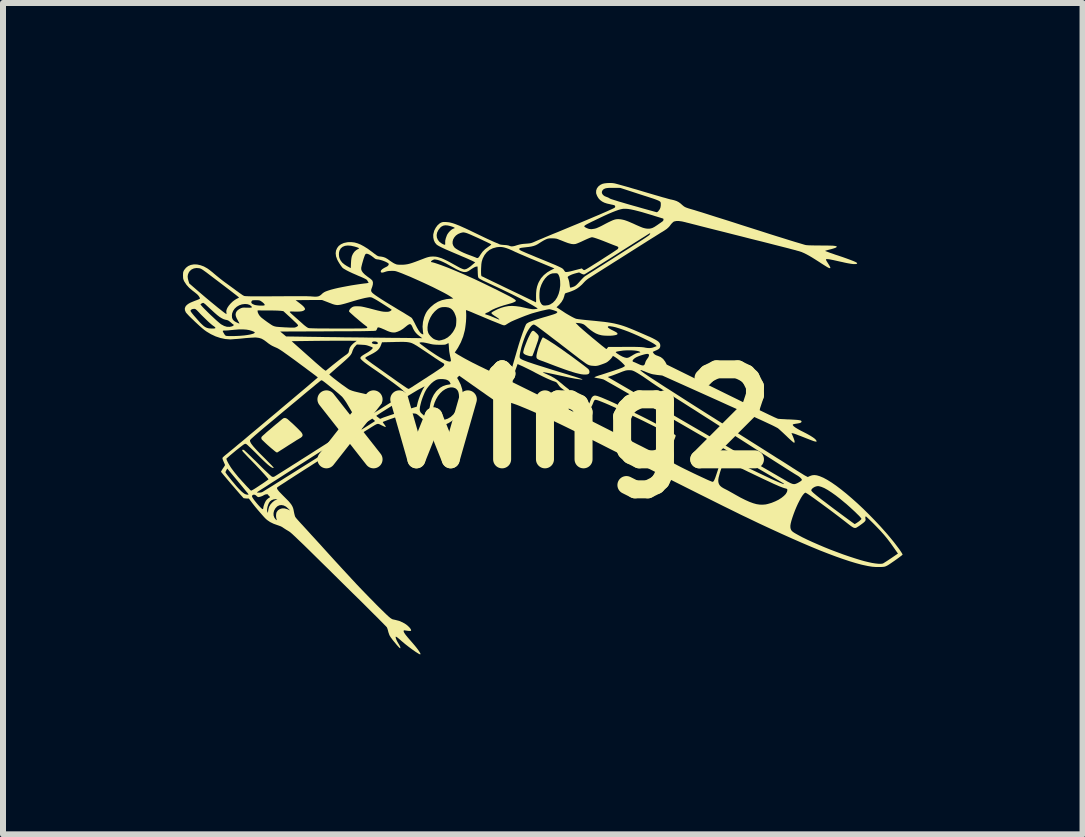
<source format=kicad_pcb>
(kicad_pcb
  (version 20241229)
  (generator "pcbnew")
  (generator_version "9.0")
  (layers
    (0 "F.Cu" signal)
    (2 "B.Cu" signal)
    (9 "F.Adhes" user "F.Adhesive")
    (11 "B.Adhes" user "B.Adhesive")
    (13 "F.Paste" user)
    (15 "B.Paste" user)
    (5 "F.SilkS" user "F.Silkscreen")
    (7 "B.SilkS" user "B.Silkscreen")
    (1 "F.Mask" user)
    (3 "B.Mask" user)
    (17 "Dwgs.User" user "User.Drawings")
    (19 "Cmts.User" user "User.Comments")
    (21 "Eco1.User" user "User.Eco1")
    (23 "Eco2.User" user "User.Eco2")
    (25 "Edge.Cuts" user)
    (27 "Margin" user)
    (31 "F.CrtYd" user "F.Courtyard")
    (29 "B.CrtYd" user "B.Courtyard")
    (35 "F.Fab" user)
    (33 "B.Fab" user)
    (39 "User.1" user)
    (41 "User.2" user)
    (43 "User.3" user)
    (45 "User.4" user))
  (footprint "xwing2"
    (layer "F.Cu")
    (at 5.998 3.928)
    (property "Reference" "xwing2" (at 0 0 0) (layer "F.SilkS") (effects (font (size 1.5 1.5) (thickness 0.3))))
    (attr board_only exclude_from_pos_files exclude_from_bom)
    (fp_poly (pts (xy -0.148 -1.461) (xy -0.133 -1.449) (xy -0.112 -1.43) (xy -0.104 -1.423) (xy -0.084 -1.402) (xy -0.072 -1.385) (xy -0.068 -1.368) (xy -0.07 -1.347) (xy -0.077 -1.316) (xy -0.077 -1.315) (xy -0.082 -1.298) (xy -0.091 -1.272) (xy -0.103 -1.238) (xy -0.116 -1.199) (xy -0.131 -1.159) (xy -0.145 -1.119) (xy -0.159 -1.083) (xy -0.171 -1.052) (xy -0.171 -1.051) (xy -0.179 -1.043) (xy -0.195 -1.04) (xy -0.221 -1.043) (xy -0.247 -1.05) (xy -0.285 -1.063) (xy -0.312 -1.078) (xy -0.325 -1.095) (xy -0.326 -1.098) (xy -0.326 -1.114) (xy -0.32 -1.14) (xy -0.311 -1.173) (xy -0.297 -1.212) (xy -0.281 -1.254) (xy -0.264 -1.297) (xy -0.246 -1.339) (xy -0.227 -1.378) (xy -0.21 -1.412) (xy -0.195 -1.438) (xy -0.182 -1.455) (xy -0.178 -1.459) (xy -0.168 -1.464) (xy -0.159 -1.465)) (stroke (width 0) (type solid)) (fill yes) (layer "F.SilkS"))
    (fp_poly (pts (xy 0.012 -1.351) (xy 0.031 -1.34) (xy 0.059 -1.324) (xy 0.093 -1.304) (xy 0.131 -1.279) (xy 0.174 -1.252) (xy 0.218 -1.222) (xy 0.262 -1.192) (xy 0.305 -1.163) (xy 0.345 -1.134) (xy 0.409 -1.088) (xy 0.471 -1.044) (xy 0.529 -1.001) (xy 0.583 -0.961) (xy 0.631 -0.925) (xy 0.674 -0.893) (xy 0.709 -0.866) (xy 0.736 -0.845) (xy 0.754 -0.83) (xy 0.762 -0.823) (xy 0.774 -0.801) (xy 0.778 -0.777) (xy 0.772 -0.756) (xy 0.765 -0.748) (xy 0.747 -0.739) (xy 0.718 -0.735) (xy 0.682 -0.735) (xy 0.641 -0.74) (xy 0.639 -0.74) (xy 0.595 -0.75) (xy 0.546 -0.762) (xy 0.492 -0.778) (xy 0.43 -0.798) (xy 0.36 -0.822) (xy 0.281 -0.851) (xy 0.192 -0.884) (xy 0.124 -0.91) (xy 0.084 -0.926) (xy 0.046 -0.94) (xy 0.012 -0.953) (xy -0.014 -0.962) (xy -0.03 -0.968) (xy -0.055 -0.977) (xy -0.078 -0.988) (xy -0.085 -0.992) (xy -0.098 -1.002) (xy -0.105 -1.016) (xy -0.107 -1.034) (xy -0.105 -1.06) (xy -0.097 -1.096) (xy -0.094 -1.11) (xy -0.084 -1.148) (xy -0.072 -1.188) (xy -0.058 -1.228) (xy -0.044 -1.266) (xy -0.03 -1.299) (xy -0.018 -1.327) (xy -0.007 -1.346) (xy 0.001 -1.354) (xy 0.002 -1.354)) (stroke (width 0) (type solid)) (fill yes) (layer "F.SilkS"))
    (fp_poly (pts (xy -4.272 -0.003) (xy -4.267 -0.001) (xy -4.254 0.009) (xy -4.233 0.027) (xy -4.207 0.051) (xy -4.176 0.078) (xy -4.144 0.108) (xy -4.112 0.139) (xy -4.082 0.168) (xy -4.056 0.195) (xy -4.035 0.216) (xy -4.023 0.231) (xy -4.021 0.233) (xy -4.007 0.258) (xy -4.004 0.279) (xy -4.012 0.298) (xy -4.032 0.316) (xy -4.064 0.335) (xy -4.07 0.339) (xy -4.082 0.346) (xy -4.103 0.358) (xy -4.132 0.377) (xy -4.167 0.399) (xy -4.207 0.424) (xy -4.25 0.451) (xy -4.254 0.454) (xy -4.296 0.481) (xy -4.335 0.506) (xy -4.369 0.527) (xy -4.396 0.545) (xy -4.416 0.557) (xy -4.426 0.563) (xy -4.426 0.564) (xy -4.432 0.564) (xy -4.44 0.561) (xy -4.453 0.553) (xy -4.471 0.539) (xy -4.496 0.518) (xy -4.529 0.491) (xy -4.561 0.463) (xy -4.596 0.432) (xy -4.627 0.403) (xy -4.653 0.378) (xy -4.674 0.358) (xy -4.687 0.344) (xy -4.69 0.339) (xy -4.692 0.316) (xy -4.689 0.306) (xy -4.682 0.298) (xy -4.666 0.282) (xy -4.642 0.261) (xy -4.613 0.234) (xy -4.578 0.204) (xy -4.539 0.171) (xy -4.525 0.159) (xy -4.485 0.125) (xy -4.447 0.093) (xy -4.412 0.065) (xy -4.383 0.04) (xy -4.361 0.022) (xy -4.347 0.01) (xy -4.345 0.008) (xy -4.321 -0.008) (xy -4.297 -0.012)) (stroke (width 0) (type solid)) (fill yes) (layer "F.SilkS"))
    (fp_poly (pts (xy 1.157 -3.927) (xy 1.187 -3.923) (xy 1.202 -3.92) (xy 1.229 -3.913) (xy 1.266 -3.903) (xy 1.312 -3.89) (xy 1.366 -3.875) (xy 1.427 -3.858) (xy 1.493 -3.838) (xy 1.564 -3.818) (xy 1.637 -3.796) (xy 1.66 -3.789) (xy 1.734 -3.767) (xy 1.805 -3.746) (xy 1.873 -3.726) (xy 1.936 -3.708) (xy 1.993 -3.691) (xy 2.042 -3.678) (xy 2.083 -3.666) (xy 2.113 -3.658) (xy 2.132 -3.653) (xy 2.136 -3.653) (xy 2.187 -3.641) (xy 2.229 -3.627) (xy 2.264 -3.609) (xy 2.296 -3.586) (xy 2.309 -3.574) (xy 2.333 -3.553) (xy 2.353 -3.537) (xy 2.374 -3.525) (xy 2.398 -3.515) (xy 2.43 -3.504) (xy 2.454 -3.497) (xy 2.484 -3.488) (xy 2.526 -3.476) (xy 2.58 -3.459) (xy 2.643 -3.44) (xy 2.716 -3.417) (xy 2.797 -3.391) (xy 2.885 -3.363) (xy 2.981 -3.333) (xy 3.083 -3.301) (xy 3.189 -3.267) (xy 3.3 -3.231) (xy 3.328 -3.222) (xy 3.489 -3.171) (xy 3.637 -3.124) (xy 3.773 -3.08) (xy 3.897 -3.041) (xy 4.01 -3.006) (xy 4.112 -2.974) (xy 4.203 -2.946) (xy 4.284 -2.922) (xy 4.354 -2.901) (xy 4.372 -2.896) (xy 4.385 -2.893) (xy 4.406 -2.891) (xy 4.436 -2.889) (xy 4.475 -2.888) (xy 4.525 -2.887) (xy 4.587 -2.887) (xy 4.63 -2.886) (xy 4.698 -2.886) (xy 4.754 -2.885) (xy 4.799 -2.884) (xy 4.834 -2.883) (xy 4.86 -2.88) (xy 4.879 -2.877) (xy 4.891 -2.874) (xy 4.898 -2.869) (xy 4.9 -2.866) (xy 4.895 -2.858) (xy 4.878 -2.848) (xy 4.847 -2.837) (xy 4.803 -2.824) (xy 4.784 -2.82) (xy 4.754 -2.812) (xy 4.729 -2.805) (xy 4.712 -2.799) (xy 4.705 -2.796) (xy 4.71 -2.793) (xy 4.727 -2.787) (xy 4.753 -2.777) (xy 4.787 -2.764) (xy 4.829 -2.75) (xy 4.876 -2.733) (xy 4.917 -2.72) (xy 5 -2.692) (xy 5.07 -2.667) (xy 5.127 -2.646) (xy 5.173 -2.628) (xy 5.206 -2.614) (xy 5.228 -2.602) (xy 5.238 -2.593) (xy 5.238 -2.584) (xy 5.226 -2.578) (xy 5.203 -2.576) (xy 5.17 -2.577) (xy 5.153 -2.579) (xy 5.136 -2.581) (xy 5.118 -2.584) (xy 5.095 -2.588) (xy 5.068 -2.593) (xy 5.034 -2.6) (xy 4.991 -2.61) (xy 4.939 -2.621) (xy 4.895 -2.631) (xy 4.842 -2.643) (xy 4.801 -2.651) (xy 4.77 -2.657) (xy 4.748 -2.659) (xy 4.733 -2.66) (xy 4.724 -2.658) (xy 4.722 -2.656) (xy 4.719 -2.651) (xy 4.722 -2.641) (xy 4.731 -2.624) (xy 4.747 -2.598) (xy 4.75 -2.594) (xy 4.771 -2.56) (xy 4.785 -2.535) (xy 4.792 -2.519) (xy 4.791 -2.51) (xy 4.784 -2.508) (xy 4.777 -2.509) (xy 4.768 -2.512) (xy 4.755 -2.518) (xy 4.737 -2.528) (xy 4.713 -2.543) (xy 4.681 -2.563) (xy 4.64 -2.589) (xy 4.61 -2.609) (xy 4.544 -2.651) (xy 4.488 -2.686) (xy 4.439 -2.715) (xy 4.395 -2.739) (xy 4.355 -2.759) (xy 4.329 -2.77) (xy 4.322 -2.773) (xy 4.314 -2.777) (xy 4.304 -2.78) (xy 4.292 -2.784) (xy 4.277 -2.789) (xy 4.259 -2.794) (xy 4.236 -2.8) (xy 4.21 -2.808) (xy 4.178 -2.816) (xy 4.14 -2.826) (xy 4.096 -2.838) (xy 4.045 -2.851) (xy 3.986 -2.866) (xy 3.919 -2.883) (xy 3.844 -2.902) (xy 3.759 -2.924) (xy 3.665 -2.948) (xy 3.56 -2.974) (xy 3.444 -3.003) (xy 3.316 -3.036) (xy 3.176 -3.071) (xy 3.125 -3.084) (xy 3.031 -3.108) (xy 2.939 -3.131) (xy 2.851 -3.153) (xy 2.768 -3.174) (xy 2.689 -3.194) (xy 2.618 -3.212) (xy 2.553 -3.229) (xy 2.497 -3.243) (xy 2.451 -3.255) (xy 2.414 -3.264) (xy 2.39 -3.27) (xy 2.38 -3.273) (xy 2.32 -3.287) (xy 2.268 -3.294) (xy 2.224 -3.294) (xy 2.191 -3.287) (xy 2.179 -3.282) (xy 2.164 -3.269) (xy 2.145 -3.25) (xy 2.129 -3.23) (xy 2.111 -3.206) (xy 2.09 -3.184) (xy 2.065 -3.162) (xy 2.033 -3.14) (xy 1.992 -3.114) (xy 1.971 -3.102) (xy 1.958 -3.094) (xy 1.935 -3.079) (xy 1.901 -3.058) (xy 1.86 -3.032) (xy 1.81 -3.001) (xy 1.754 -2.966) (xy 1.693 -2.927) (xy 1.626 -2.885) (xy 1.555 -2.84) (xy 1.482 -2.794) (xy 1.406 -2.746) (xy 1.329 -2.697) (xy 1.252 -2.648) (xy 1.175 -2.6) (xy 1.1 -2.552) (xy 1.028 -2.507) (xy 0.959 -2.463) (xy 0.894 -2.422) (xy 0.835 -2.384) (xy 0.782 -2.35) (xy 0.761 -2.337) (xy 0.737 -2.319) (xy 0.712 -2.298) (xy 0.697 -2.283) (xy 0.652 -2.235) (xy 0.61 -2.198) (xy 0.569 -2.168) (xy 0.526 -2.144) (xy 0.478 -2.124) (xy 0.436 -2.109) (xy 0.41 -2.101) (xy 0.388 -2.094) (xy 0.374 -2.088) (xy 0.372 -2.087) (xy 0.367 -2.078) (xy 0.361 -2.06) (xy 0.357 -2.042) (xy 0.34 -1.993) (xy 0.311 -1.944) (xy 0.27 -1.896) (xy 0.267 -1.893) (xy 0.228 -1.857) (xy 0.326 -1.793) (xy 0.382 -1.756) (xy 0.435 -1.725) (xy 0.481 -1.699) (xy 0.52 -1.679) (xy 0.55 -1.666) (xy 0.557 -1.664) (xy 0.569 -1.662) (xy 0.593 -1.658) (xy 0.626 -1.654) (xy 0.668 -1.649) (xy 0.716 -1.644) (xy 0.768 -1.639) (xy 0.798 -1.636) (xy 0.882 -1.628) (xy 0.957 -1.62) (xy 1.024 -1.613) (xy 1.084 -1.605) (xy 1.14 -1.596) (xy 1.192 -1.586) (xy 1.242 -1.574) (xy 1.292 -1.561) (xy 1.343 -1.545) (xy 1.397 -1.526) (xy 1.455 -1.503) (xy 1.519 -1.477) (xy 1.591 -1.446) (xy 1.672 -1.411) (xy 1.763 -1.371) (xy 1.774 -1.367) (xy 1.829 -1.341) (xy 1.873 -1.318) (xy 1.907 -1.298) (xy 1.931 -1.279) (xy 1.947 -1.259) (xy 1.955 -1.24) (xy 1.958 -1.218) (xy 1.958 -1.218) (xy 1.955 -1.192) (xy 1.944 -1.172) (xy 1.923 -1.155) (xy 1.892 -1.139) (xy 1.884 -1.136) (xy 1.861 -1.126) (xy 1.843 -1.118) (xy 1.834 -1.113) (xy 1.833 -1.112) (xy 1.836 -1.105) (xy 1.845 -1.091) (xy 1.851 -1.083) (xy 1.869 -1.067) (xy 1.892 -1.055) (xy 1.917 -1.046) (xy 1.965 -1.026) (xy 2.005 -0.995) (xy 2.037 -0.953) (xy 2.044 -0.941) (xy 2.065 -0.901) (xy 2.979 -0.451) (xy 3.117 -0.383) (xy 3.244 -0.321) (xy 3.359 -0.264) (xy 3.463 -0.214) (xy 3.556 -0.168) (xy 3.638 -0.129) (xy 3.709 -0.095) (xy 3.769 -0.066) (xy 3.82 -0.042) (xy 3.86 -0.023) (xy 3.89 -0.01) (xy 3.911 -0.001) (xy 3.922 0.003) (xy 3.923 0.003) (xy 3.938 0.004) (xy 3.965 0.006) (xy 4 0.008) (xy 4.041 0.01) (xy 4.086 0.013) (xy 4.107 0.013) (xy 4.166 0.016) (xy 4.214 0.019) (xy 4.25 0.022) (xy 4.277 0.026) (xy 4.295 0.03) (xy 4.306 0.036) (xy 4.311 0.042) (xy 4.312 0.046) (xy 4.309 0.058) (xy 4.299 0.067) (xy 4.28 0.074) (xy 4.251 0.08) (xy 4.23 0.083) (xy 4.197 0.088) (xy 4.176 0.093) (xy 4.166 0.099) (xy 4.166 0.099) (xy 4.168 0.111) (xy 4.183 0.128) (xy 4.209 0.148) (xy 4.245 0.17) (xy 4.291 0.196) (xy 4.331 0.216) (xy 4.401 0.252) (xy 4.458 0.284) (xy 4.502 0.312) (xy 4.534 0.336) (xy 4.552 0.355) (xy 4.56 0.368) (xy 4.564 0.377) (xy 4.562 0.382) (xy 4.553 0.383) (xy 4.537 0.381) (xy 4.513 0.374) (xy 4.48 0.362) (xy 4.436 0.345) (xy 4.382 0.324) (xy 4.342 0.308) (xy 4.299 0.291) (xy 4.258 0.276) (xy 4.223 0.262) (xy 4.195 0.252) (xy 4.175 0.246) (xy 4.169 0.245) (xy 4.144 0.24) (xy 4.168 0.295) (xy 4.184 0.336) (xy 4.194 0.367) (xy 4.197 0.389) (xy 4.193 0.401) (xy 4.188 0.402) (xy 4.18 0.398) (xy 4.164 0.385) (xy 4.142 0.366) (xy 4.114 0.341) (xy 4.083 0.312) (xy 4.066 0.295) (xy 4.032 0.263) (xy 3.998 0.231) (xy 3.967 0.203) (xy 3.941 0.179) (xy 3.922 0.163) (xy 3.917 0.159) (xy 3.908 0.154) (xy 3.893 0.146) (xy 3.872 0.135) (xy 3.845 0.121) (xy 3.81 0.104) (xy 3.767 0.084) (xy 3.716 0.06) (xy 3.656 0.032) (xy 3.587 0.001) (xy 3.509 -0.035) (xy 3.421 -0.075) (xy 3.322 -0.119) (xy 3.213 -0.169) (xy 3.092 -0.223) (xy 2.96 -0.283) (xy 2.934 -0.295) (xy 1.99 -0.719) (xy 1.908 -0.728) (xy 1.869 -0.734) (xy 1.836 -0.739) (xy 1.804 -0.747) (xy 1.771 -0.758) (xy 1.733 -0.772) (xy 1.695 -0.788) (xy 1.665 -0.799) (xy 1.644 -0.807) (xy 1.631 -0.81) (xy 1.626 -0.809) (xy 1.629 -0.802) (xy 1.642 -0.791) (xy 1.664 -0.774) (xy 1.696 -0.751) (xy 1.737 -0.723) (xy 1.789 -0.688) (xy 1.851 -0.648) (xy 1.925 -0.6) (xy 1.968 -0.572) (xy 2.04 -0.525) (xy 2.115 -0.478) (xy 2.191 -0.429) (xy 2.271 -0.378) (xy 2.355 -0.324) (xy 2.443 -0.268) (xy 2.537 -0.208) (xy 2.638 -0.144) (xy 2.745 -0.076) (xy 2.86 -0.004) (xy 2.983 0.074) (xy 3.115 0.158) (xy 3.258 0.248) (xy 3.396 0.335) (xy 3.486 0.392) (xy 3.575 0.448) (xy 3.662 0.503) (xy 3.746 0.556) (xy 3.825 0.606) (xy 3.9 0.654) (xy 3.97 0.697) (xy 4.033 0.737) (xy 4.088 0.772) (xy 4.135 0.802) (xy 4.173 0.827) (xy 4.201 0.844) (xy 4.211 0.851) (xy 4.251 0.876) (xy 4.289 0.9) (xy 4.324 0.921) (xy 4.352 0.939) (xy 4.373 0.951) (xy 4.379 0.954) (xy 4.416 0.973) (xy 4.453 0.956) (xy 4.488 0.944) (xy 4.526 0.94) (xy 4.567 0.945) (xy 4.614 0.959) (xy 4.669 0.982) (xy 4.676 0.985) (xy 4.741 1.02) (xy 4.813 1.065) (xy 4.891 1.119) (xy 4.974 1.182) (xy 5.062 1.253) (xy 5.152 1.33) (xy 5.245 1.413) (xy 5.34 1.502) (xy 5.435 1.596) (xy 5.53 1.693) (xy 5.624 1.793) (xy 5.715 1.895) (xy 5.744 1.928) (xy 5.78 1.971) (xy 5.816 2.015) (xy 5.852 2.059) (xy 5.885 2.102) (xy 5.916 2.143) (xy 5.944 2.18) (xy 5.966 2.213) (xy 5.983 2.239) (xy 5.993 2.257) (xy 5.996 2.267) (xy 5.996 2.268) (xy 5.983 2.279) (xy 5.961 2.296) (xy 5.932 2.318) (xy 5.899 2.342) (xy 5.864 2.367) (xy 5.829 2.391) (xy 5.797 2.413) (xy 5.769 2.432) (xy 5.748 2.445) (xy 5.74 2.449) (xy 5.72 2.459) (xy 5.704 2.465) (xy 5.686 2.469) (xy 5.664 2.471) (xy 5.635 2.473) (xy 5.615 2.473) (xy 5.552 2.473) (xy 5.488 2.468) (xy 5.42 2.457) (xy 5.345 2.441) (xy 5.313 2.434) (xy 5.217 2.408) (xy 5.114 2.377) (xy 5.003 2.34) (xy 4.884 2.298) (xy 4.756 2.25) (xy 4.62 2.197) (xy 4.475 2.137) (xy 4.32 2.071) (xy 4.156 1.999) (xy 3.982 1.921) (xy 3.797 1.836) (xy 3.741 1.81) (xy 4.126 1.81) (xy 4.13 1.834) (xy 4.136 1.849) (xy 4.143 1.862) (xy 4.152 1.873) (xy 4.163 1.883) (xy 4.179 1.895) (xy 4.201 1.909) (xy 4.233 1.927) (xy 4.256 1.94) (xy 4.325 1.977) (xy 4.405 2.016) (xy 4.494 2.057) (xy 4.59 2.099) (xy 4.691 2.142) (xy 4.795 2.184) (xy 4.901 2.224) (xy 5.006 2.263) (xy 5.108 2.298) (xy 5.206 2.33) (xy 5.297 2.358) (xy 5.354 2.374) (xy 5.423 2.391) (xy 5.487 2.405) (xy 5.544 2.414) (xy 5.593 2.419) (xy 5.633 2.42) (xy 5.663 2.416) (xy 5.669 2.414) (xy 5.68 2.408) (xy 5.699 2.396) (xy 5.726 2.379) (xy 5.758 2.358) (xy 5.794 2.334) (xy 5.803 2.328) (xy 5.919 2.249) (xy 5.856 2.159) (xy 5.798 2.077) (xy 5.742 2.003) (xy 5.686 1.935) (xy 5.626 1.868) (xy 5.56 1.799) (xy 5.524 1.762) (xy 5.489 1.727) (xy 5.457 1.696) (xy 5.43 1.67) (xy 5.408 1.649) (xy 5.393 1.635) (xy 5.385 1.629) (xy 5.385 1.629) (xy 5.377 1.635) (xy 5.375 1.65) (xy 5.377 1.667) (xy 5.38 1.681) (xy 5.379 1.693) (xy 5.373 1.706) (xy 5.362 1.719) (xy 5.343 1.736) (xy 5.315 1.757) (xy 5.278 1.784) (xy 5.271 1.789) (xy 5.249 1.803) (xy 5.232 1.814) (xy 5.216 1.821) (xy 5.201 1.822) (xy 5.184 1.819) (xy 5.165 1.809) (xy 5.14 1.793) (xy 5.109 1.77) (xy 5.069 1.739) (xy 5.049 1.723) (xy 4.991 1.678) (xy 4.931 1.632) (xy 4.869 1.585) (xy 4.807 1.538) (xy 4.745 1.492) (xy 4.685 1.448) (xy 4.628 1.406) (xy 4.574 1.367) (xy 4.525 1.331) (xy 4.481 1.3) (xy 4.444 1.274) (xy 4.414 1.254) (xy 4.392 1.241) (xy 4.38 1.234) (xy 4.378 1.234) (xy 4.364 1.24) (xy 4.346 1.258) (xy 4.325 1.285) (xy 4.302 1.322) (xy 4.278 1.366) (xy 4.252 1.417) (xy 4.227 1.472) (xy 4.202 1.532) (xy 4.179 1.593) (xy 4.16 1.648) (xy 4.143 1.702) (xy 4.132 1.746) (xy 4.126 1.781) (xy 4.126 1.81) (xy 3.741 1.81) (xy 3.601 1.745) (xy 3.395 1.646) (xy 3.346 1.623) (xy 3.298 1.6) (xy 3.24 1.571) (xy 3.171 1.537) (xy 3.094 1.499) (xy 3.008 1.457) (xy 2.916 1.411) (xy 2.818 1.362) (xy 2.716 1.311) (xy 2.609 1.258) (xy 2.5 1.203) (xy 2.388 1.147) (xy 2.277 1.091) (xy 2.165 1.035) (xy 2.055 0.979) (xy 1.947 0.925) (xy 1.842 0.872) (xy 1.742 0.821) (xy 1.647 0.772) (xy 1.613 0.755) (xy 1.435 0.665) (xy 1.27 0.58) (xy 1.114 0.502) (xy 0.969 0.428) (xy 0.834 0.36) (xy 0.708 0.297) (xy 0.591 0.239) (xy 0.481 0.185) (xy 0.379 0.135) (xy 0.284 0.089) (xy 0.196 0.047) (xy 0.113 0.007) (xy 0.036 -0.029) (xy -0.037 -0.062) (xy -0.105 -0.092) (xy -0.17 -0.121) (xy -0.231 -0.147) (xy -0.29 -0.172) (xy -0.322 -0.185) (xy 0.43 -0.185) (xy 0.43 -0.176) (xy 0.432 -0.153) (xy 1.21 0.241) (xy 1.306 0.29) (xy 1.398 0.337) (xy 1.487 0.381) (xy 1.57 0.424) (xy 1.649 0.463) (xy 1.721 0.5) (xy 1.786 0.532) (xy 1.844 0.561) (xy 1.894 0.586) (xy 1.934 0.607) (xy 1.965 0.622) (xy 1.986 0.632) (xy 1.996 0.636) (xy 1.996 0.637) (xy 2.002 0.631) (xy 2.013 0.616) (xy 2.026 0.593) (xy 2.04 0.564) (xy 2.041 0.562) (xy 2.058 0.525) (xy 2.075 0.483) (xy 2.093 0.438) (xy 2.109 0.393) (xy 2.122 0.352) (xy 2.132 0.317) (xy 2.136 0.3) (xy 2.14 0.278) (xy 2.051 0.229) (xy 1.99 0.197) (xy 1.921 0.161) (xy 1.845 0.122) (xy 1.764 0.082) (xy 1.68 0.04) (xy 1.593 -0.002) (xy 1.505 -0.044) (xy 1.418 -0.086) (xy 1.333 -0.126) (xy 1.251 -0.163) (xy 1.174 -0.198) (xy 1.103 -0.23) (xy 1.04 -0.257) (xy 0.986 -0.279) (xy 0.945 -0.295) (xy 0.912 -0.307) (xy 0.889 -0.313) (xy 0.873 -0.314) (xy 0.862 -0.308) (xy 0.853 -0.295) (xy 0.845 -0.277) (xy 0.827 -0.232) (xy 0.811 -0.199) (xy 0.798 -0.177) (xy 0.785 -0.164) (xy 0.771 -0.159) (xy 0.754 -0.16) (xy 0.734 -0.168) (xy 0.722 -0.174) (xy 0.698 -0.186) (xy 0.667 -0.202) (xy 0.634 -0.22) (xy 0.614 -0.231) (xy 0.582 -0.248) (xy 0.552 -0.262) (xy 0.525 -0.274) (xy 0.511 -0.279) (xy 0.49 -0.285) (xy 0.476 -0.286) (xy 0.466 -0.283) (xy 0.46 -0.279) (xy 0.448 -0.265) (xy 0.438 -0.242) (xy 0.432 -0.214) (xy 0.43 -0.185) (xy -0.322 -0.185) (xy -0.327 -0.187) (xy -0.385 -0.211) (xy -0.433 -0.23) (xy -0.473 -0.244) (xy -0.507 -0.256) (xy -0.538 -0.265) (xy -0.567 -0.271) (xy -0.596 -0.277) (xy -0.629 -0.281) (xy -0.667 -0.284) (xy -0.68 -0.286) (xy -0.795 -0.296) (xy -0.858 -0.339) (xy -0.878 -0.353) (xy -0.907 -0.373) (xy -0.943 -0.398) (xy -0.986 -0.429) (xy -1.034 -0.462) (xy -1.085 -0.498) (xy -1.137 -0.535) (xy -1.158 -0.549) (xy -1.238 -0.606) (xy -0.503 -0.606) (xy -0.106 -0.41) (xy -0.038 -0.377) (xy 0.027 -0.345) (xy 0.088 -0.316) (xy 0.143 -0.289) (xy 0.191 -0.266) (xy 0.232 -0.246) (xy 0.265 -0.231) (xy 0.288 -0.22) (xy 0.301 -0.215) (xy 0.303 -0.215) (xy 0.311 -0.219) (xy 0.319 -0.234) (xy 0.325 -0.253) (xy 0.332 -0.276) (xy 0.342 -0.307) (xy 0.352 -0.341) (xy 0.36 -0.364) (xy 0.369 -0.396) (xy 0.376 -0.423) (xy 0.379 -0.442) (xy 0.379 -0.45) (xy 0.371 -0.46) (xy 0.356 -0.474) (xy 0.336 -0.489) (xy 0.309 -0.509) (xy 0.288 -0.527) (xy 0.27 -0.549) (xy 0.249 -0.578) (xy 0.249 -0.578) (xy 0.234 -0.598) (xy 0.22 -0.609) (xy 0.199 -0.618) (xy 0.189 -0.621) (xy 0.157 -0.632) (xy 0.114 -0.65) (xy 0.062 -0.673) (xy 0.003 -0.701) (xy -0.063 -0.734) (xy -0.135 -0.771) (xy -0.137 -0.773) (xy -0.181 -0.796) (xy -0.227 -0.819) (xy -0.272 -0.841) (xy -0.311 -0.86) (xy -0.342 -0.875) (xy -0.343 -0.875) (xy -0.421 -0.91) (xy -0.452 -0.824) (xy -0.474 -0.76) (xy -0.49 -0.707) (xy -0.499 -0.664) (xy -0.503 -0.632) (xy -0.503 -0.63) (xy -0.503 -0.606) (xy -1.238 -0.606) (xy -1.394 -0.716) (xy -1.411 -0.698) (xy -1.429 -0.679) (xy -1.405 -0.64) (xy -1.369 -0.567) (xy -1.344 -0.489) (xy -1.331 -0.407) (xy -1.331 -0.325) (xy -1.342 -0.243) (xy -1.358 -0.187) (xy -1.387 -0.119) (xy -1.424 -0.058) (xy -1.469 -0.003) (xy -1.519 0.041) (xy -1.57 0.073) (xy -1.6 0.087) (xy -1.631 0.099) (xy -1.657 0.107) (xy -1.661 0.108) (xy -1.714 0.113) (xy -1.773 0.109) (xy -1.834 0.096) (xy -1.894 0.076) (xy -1.947 0.049) (xy -1.969 0.034) (xy -1.996 0.012) (xy -2.025 -0.012) (xy -2.042 -0.027) (xy -2.071 -0.053) (xy -2.093 -0.07) (xy -2.11 -0.08) (xy -2.123 -0.084) (xy -2.157 -0.087) (xy -2.201 -0.085) (xy -2.252 -0.079) (xy -2.306 -0.068) (xy -2.348 -0.058) (xy -2.373 -0.05) (xy -2.406 -0.04) (xy -2.443 -0.027) (xy -2.483 -0.013) (xy -2.524 0.001) (xy -2.564 0.015) (xy -2.6 0.029) (xy -2.63 0.04) (xy -2.653 0.049) (xy -2.666 0.055) (xy -2.667 0.057) (xy -2.666 0.063) (xy -2.657 0.077) (xy -2.651 0.084) (xy -2.631 0.111) (xy -2.62 0.128) (xy -2.618 0.137) (xy -2.626 0.138) (xy -2.644 0.132) (xy -2.673 0.118) (xy -2.686 0.112) (xy -2.706 0.102) (xy -2.721 0.094) (xy -2.735 0.089) (xy -2.747 0.087) (xy -2.761 0.089) (xy -2.777 0.095) (xy -2.798 0.106) (xy -2.825 0.122) (xy -2.861 0.144) (xy -2.905 0.172) (xy -2.936 0.191) (xy -2.974 0.215) (xy -3.021 0.244) (xy -3.075 0.278) (xy -3.135 0.317) (xy -3.201 0.358) (xy -3.271 0.403) (xy -3.345 0.45) (xy -3.422 0.499) (xy -3.502 0.55) (xy -3.583 0.602) (xy -3.665 0.654) (xy -3.746 0.706) (xy -3.826 0.757) (xy -3.905 0.808) (xy -3.981 0.856) (xy -4.054 0.903) (xy -4.123 0.947) (xy -4.186 0.988) (xy -4.244 1.025) (xy -4.295 1.059) (xy -4.339 1.087) (xy -4.375 1.11) (xy -4.402 1.128) (xy -4.418 1.139) (xy -4.424 1.143) (xy -4.43 1.151) (xy -4.431 1.161) (xy -4.426 1.175) (xy -4.414 1.192) (xy -4.396 1.215) (xy -4.369 1.243) (xy -4.333 1.28) (xy -4.312 1.301) (xy -4.269 1.344) (xy -4.235 1.379) (xy -4.209 1.41) (xy -4.189 1.437) (xy -4.174 1.464) (xy -4.163 1.49) (xy -4.155 1.52) (xy -4.149 1.553) (xy -4.148 1.557) (xy -4.142 1.586) (xy -4.135 1.613) (xy -4.129 1.633) (xy -4.127 1.636) (xy -4.119 1.648) (xy -4.104 1.667) (xy -4.082 1.692) (xy -4.056 1.721) (xy -4.028 1.752) (xy -4.028 1.752) (xy -4.007 1.774) (xy -3.979 1.805) (xy -3.944 1.843) (xy -3.903 1.888) (xy -3.858 1.938) (xy -3.808 1.992) (xy -3.756 2.049) (xy -3.702 2.108) (xy -3.648 2.168) (xy -3.638 2.179) (xy -3.58 2.243) (xy -3.52 2.309) (xy -3.459 2.376) (xy -3.398 2.442) (xy -3.34 2.506) (xy -3.284 2.566) (xy -3.234 2.62) (xy -3.19 2.668) (xy -3.158 2.702) (xy -3.111 2.753) (xy -3.059 2.808) (xy -3.005 2.864) (xy -2.949 2.922) (xy -2.893 2.98) (xy -2.837 3.036) (xy -2.784 3.091) (xy -2.733 3.142) (xy -2.686 3.188) (xy -2.644 3.229) (xy -2.609 3.263) (xy -2.58 3.29) (xy -2.564 3.304) (xy -2.541 3.323) (xy -2.523 3.335) (xy -2.506 3.344) (xy -2.485 3.349) (xy -2.457 3.355) (xy -2.395 3.371) (xy -2.335 3.397) (xy -2.281 3.429) (xy -2.25 3.454) (xy -2.223 3.481) (xy -2.205 3.504) (xy -2.196 3.523) (xy -2.197 3.535) (xy -2.206 3.538) (xy -2.226 3.539) (xy -2.255 3.536) (xy -2.29 3.531) (xy -2.298 3.53) (xy -2.313 3.528) (xy -2.319 3.532) (xy -2.32 3.542) (xy -2.318 3.554) (xy -2.31 3.569) (xy -2.297 3.59) (xy -2.277 3.616) (xy -2.249 3.65) (xy -2.213 3.691) (xy -2.17 3.741) (xy -2.134 3.783) (xy -2.106 3.818) (xy -2.083 3.848) (xy -2.065 3.874) (xy -2.061 3.88) (xy -2.046 3.905) (xy -2.039 3.921) (xy -2.041 3.929) (xy -2.051 3.928) (xy -2.071 3.918) (xy -2.1 3.9) (xy -2.122 3.886) (xy -2.175 3.849) (xy -2.234 3.805) (xy -2.294 3.758) (xy -2.35 3.711) (xy -2.383 3.682) (xy -2.414 3.656) (xy -2.435 3.64) (xy -2.449 3.634) (xy -2.454 3.638) (xy -2.454 3.639) (xy -2.45 3.66) (xy -2.44 3.688) (xy -2.424 3.72) (xy -2.41 3.744) (xy -2.395 3.768) (xy -2.383 3.791) (xy -2.376 3.808) (xy -2.376 3.81) (xy -2.374 3.824) (xy -2.377 3.827) (xy -2.386 3.823) (xy -2.395 3.815) (xy -2.411 3.798) (xy -2.432 3.775) (xy -2.455 3.747) (xy -2.48 3.717) (xy -2.505 3.686) (xy -2.527 3.656) (xy -2.537 3.643) (xy -2.557 3.609) (xy -2.572 3.567) (xy -2.576 3.553) (xy -2.583 3.525) (xy -2.591 3.499) (xy -2.598 3.482) (xy -2.599 3.479) (xy -2.605 3.472) (xy -2.62 3.456) (xy -2.643 3.433) (xy -2.674 3.401) (xy -2.713 3.362) (xy -2.759 3.315) (xy -2.812 3.263) (xy -2.87 3.205) (xy -2.934 3.141) (xy -3.003 3.072) (xy -3.077 2.999) (xy -3.155 2.923) (xy -3.236 2.843) (xy -3.32 2.76) (xy -3.4 2.681) (xy -3.502 2.58) (xy -3.595 2.488) (xy -3.68 2.405) (xy -3.756 2.33) (xy -3.825 2.262) (xy -3.886 2.202) (xy -3.941 2.148) (xy -3.989 2.101) (xy -4.032 2.06) (xy -4.069 2.025) (xy -4.101 1.994) (xy -4.128 1.968) (xy -4.152 1.946) (xy -4.171 1.928) (xy -4.188 1.913) (xy -4.202 1.901) (xy -4.214 1.891) (xy -4.224 1.884) (xy -4.233 1.878) (xy -4.241 1.873) (xy -4.246 1.87) (xy -4.275 1.853) (xy -4.303 1.835) (xy -4.326 1.82) (xy -4.332 1.815) (xy -4.365 1.796) (xy -4.411 1.779) (xy -4.426 1.774) (xy -4.488 1.752) (xy -4.545 1.724) (xy -4.595 1.69) (xy -4.622 1.666) (xy -4.647 1.64) (xy -4.678 1.605) (xy -4.705 1.574) (xy -4.489 1.574) (xy -4.488 1.614) (xy -4.475 1.65) (xy -4.457 1.675) (xy -4.442 1.689) (xy -4.435 1.693) (xy -4.435 1.686) (xy -4.439 1.672) (xy -4.445 1.648) (xy -4.447 1.619) (xy -4.445 1.589) (xy -4.439 1.564) (xy -4.437 1.558) (xy -4.414 1.527) (xy -4.383 1.507) (xy -4.347 1.496) (xy -4.306 1.496) (xy -4.263 1.508) (xy -4.251 1.513) (xy -4.214 1.53) (xy -4.245 1.498) (xy -4.282 1.466) (xy -4.32 1.447) (xy -4.358 1.44) (xy -4.394 1.445) (xy -4.428 1.463) (xy -4.457 1.494) (xy -4.459 1.497) (xy -4.48 1.535) (xy -4.489 1.574) (xy -4.705 1.574) (xy -4.713 1.565) (xy -4.75 1.522) (xy -4.786 1.479) (xy -4.819 1.438) (xy -4.847 1.402) (xy -4.849 1.399) (xy -4.9 1.332) (xy -4.94 1.331) (xy -4.963 1.329) (xy -4.98 1.327) (xy -4.988 1.325) (xy -4.994 1.319) (xy -5.008 1.303) (xy -5.016 1.294) (xy -4.848 1.294) (xy -4.848 1.294) (xy -4.844 1.307) (xy -4.832 1.327) (xy -4.815 1.352) (xy -4.793 1.38) (xy -4.769 1.41) (xy -4.744 1.439) (xy -4.72 1.465) (xy -4.699 1.487) (xy -4.682 1.502) (xy -4.671 1.509) (xy -4.67 1.509) (xy -4.668 1.507) (xy -4.596 1.507) (xy -4.596 1.537) (xy -4.592 1.551) (xy -4.583 1.572) (xy -4.578 1.534) (xy -4.573 1.506) (xy -4.565 1.478) (xy -4.561 1.466) (xy -4.539 1.429) (xy -4.509 1.396) (xy -4.475 1.368) (xy -4.44 1.35) (xy -4.434 1.348) (xy -4.425 1.345) (xy -4.427 1.343) (xy -4.441 1.342) (xy -4.451 1.342) (xy -4.488 1.346) (xy -4.521 1.359) (xy -4.547 1.379) (xy -4.547 1.379) (xy -4.565 1.405) (xy -4.579 1.437) (xy -4.59 1.473) (xy -4.596 1.507) (xy -4.668 1.507) (xy -4.662 1.503) (xy -4.66 1.493) (xy -4.657 1.469) (xy -4.648 1.439) (xy -4.636 1.407) (xy -4.622 1.379) (xy -4.615 1.367) (xy -4.598 1.347) (xy -4.579 1.33) (xy -4.57 1.324) (xy -4.555 1.315) (xy -4.547 1.308) (xy -4.546 1.307) (xy -4.551 1.301) (xy -4.562 1.29) (xy -4.563 1.289) (xy -4.575 1.277) (xy -4.58 1.268) (xy -4.58 1.267) (xy -4.585 1.262) (xy -4.599 1.26) (xy -4.618 1.262) (xy -4.636 1.268) (xy -4.65 1.275) (xy -4.669 1.286) (xy -4.696 1.297) (xy -4.723 1.305) (xy -4.742 1.308) (xy -4.755 1.303) (xy -4.77 1.291) (xy -4.773 1.287) (xy -4.791 1.273) (xy -4.811 1.267) (xy -4.829 1.269) (xy -4.843 1.278) (xy -4.848 1.294) (xy -5.016 1.294) (xy -5.028 1.281) (xy -5.054 1.252) (xy -5.083 1.218) (xy -5.116 1.18) (xy -5.15 1.14) (xy -5.186 1.099) (xy -5.221 1.058) (xy -5.254 1.019) (xy -5.285 0.982) (xy -5.312 0.95) (xy -5.335 0.922) (xy -5.352 0.901) (xy -5.359 0.893) (xy -5.291 0.893) (xy -5.286 0.901) (xy -5.275 0.918) (xy -5.257 0.942) (xy -5.234 0.971) (xy -5.208 1.004) (xy -5.18 1.039) (xy -5.151 1.073) (xy -5.123 1.107) (xy -5.097 1.137) (xy -5.073 1.163) (xy -5.056 1.18) (xy -5.022 1.214) (xy -4.993 1.238) (xy -4.97 1.254) (xy -4.949 1.263) (xy -4.928 1.267) (xy -4.923 1.267) (xy -4.909 1.267) (xy -4.905 1.263) (xy -4.91 1.255) (xy -4.916 1.247) (xy -4.929 1.23) (xy -4.93 1.23) (xy -4.764 1.23) (xy -4.76 1.233) (xy -4.746 1.233) (xy -4.734 1.233) (xy -4.709 1.232) (xy -4.687 1.228) (xy -4.679 1.225) (xy -4.671 1.221) (xy -4.653 1.21) (xy -4.625 1.192) (xy -4.588 1.169) (xy -4.542 1.141) (xy -4.489 1.108) (xy -4.429 1.07) (xy -4.363 1.029) (xy -4.292 0.984) (xy -4.215 0.936) (xy -4.135 0.886) (xy -4.051 0.833) (xy -3.965 0.779) (xy -3.877 0.724) (xy -3.788 0.668) (xy -3.699 0.611) (xy -3.61 0.555) (xy -3.521 0.5) (xy -3.435 0.445) (xy -3.351 0.392) (xy -3.27 0.341) (xy -3.194 0.293) (xy -3.121 0.247) (xy -3.055 0.205) (xy -2.994 0.166) (xy -2.94 0.132) (xy -2.894 0.103) (xy -2.855 0.078) (xy -2.826 0.06) (xy -2.807 0.047) (xy -2.798 0.041) (xy -2.797 0.04) (xy -2.802 0.034) (xy -2.814 0.023) (xy -2.82 0.018) (xy -2.842 -0.001) (xy -3.797 0.607) (xy -3.9 0.673) (xy -4 0.737) (xy -4.097 0.798) (xy -4.189 0.857) (xy -4.277 0.913) (xy -4.359 0.966) (xy -4.435 1.015) (xy -4.505 1.059) (xy -4.568 1.1) (xy -4.622 1.135) (xy -4.669 1.165) (xy -4.707 1.189) (xy -4.735 1.207) (xy -4.753 1.219) (xy -4.76 1.224) (xy -4.761 1.224) (xy -4.764 1.23) (xy -4.93 1.23) (xy -4.95 1.206) (xy -4.976 1.174) (xy -5.006 1.137) (xy -5.041 1.095) (xy -5.078 1.051) (xy -5.089 1.037) (xy -5.26 0.832) (xy -5.275 0.859) (xy -5.284 0.877) (xy -5.29 0.89) (xy -5.291 0.893) (xy -5.359 0.893) (xy -5.362 0.889) (xy -5.364 0.885) (xy -5.361 0.877) (xy -5.351 0.86) (xy -5.338 0.838) (xy -5.331 0.828) (xy -5.316 0.806) (xy -5.304 0.787) (xy -5.298 0.776) (xy -5.297 0.774) (xy -5.3 0.766) (xy -5.307 0.749) (xy -5.317 0.726) (xy -5.321 0.717) (xy -5.333 0.688) (xy -5.338 0.673) (xy -5.274 0.673) (xy -5.268 0.691) (xy -5.257 0.715) (xy -5.241 0.745) (xy -5.223 0.776) (xy -5.203 0.809) (xy -5.182 0.839) (xy -5.181 0.84) (xy -5.159 0.87) (xy -5.132 0.905) (xy -5.103 0.94) (xy -5.084 0.964) (xy -5.064 0.987) (xy -5.039 1.014) (xy -5.012 1.045) (xy -4.983 1.076) (xy -4.955 1.107) (xy -4.928 1.136) (xy -4.903 1.161) (xy -4.884 1.182) (xy -4.87 1.195) (xy -4.864 1.2) (xy -4.864 1.2) (xy -4.856 1.198) (xy -4.842 1.191) (xy -4.839 1.189) (xy -4.824 1.181) (xy -4.801 1.167) (xy -4.773 1.149) (xy -4.741 1.128) (xy -4.708 1.106) (xy -4.674 1.084) (xy -4.642 1.062) (xy -4.615 1.043) (xy -4.593 1.027) (xy -4.578 1.016) (xy -4.573 1.011) (xy -4.578 1.003) (xy -4.591 0.987) (xy -4.611 0.963) (xy -4.638 0.932) (xy -4.67 0.897) (xy -4.706 0.857) (xy -4.746 0.815) (xy -4.788 0.77) (xy -4.832 0.725) (xy -4.865 0.691) (xy -4.901 0.655) (xy -4.933 0.621) (xy -4.961 0.591) (xy -4.984 0.567) (xy -5 0.549) (xy -5.008 0.539) (xy -5.008 0.538) (xy -5.011 0.524) (xy -5.004 0.518) (xy -4.99 0.52) (xy -4.981 0.523) (xy -4.973 0.53) (xy -4.957 0.545) (xy -4.933 0.567) (xy -4.903 0.596) (xy -4.867 0.63) (xy -4.828 0.669) (xy -4.784 0.711) (xy -4.747 0.748) (xy -4.686 0.809) (xy -4.634 0.86) (xy -4.59 0.901) (xy -4.556 0.933) (xy -4.531 0.955) (xy -4.516 0.967) (xy -4.511 0.969) (xy -4.491 0.971) (xy -4.477 0.967) (xy -4.47 0.963) (xy -4.452 0.952) (xy -4.425 0.935) (xy -4.389 0.912) (xy -4.344 0.884) (xy -4.293 0.852) (xy -4.234 0.815) (xy -4.17 0.774) (xy -4.101 0.731) (xy -4.028 0.684) (xy -3.952 0.636) (xy -3.873 0.586) (xy -3.792 0.534) (xy -3.71 0.482) (xy -3.628 0.43) (xy -3.547 0.378) (xy -3.467 0.328) (xy -3.389 0.278) (xy -3.314 0.23) (xy -3.243 0.185) (xy -3.176 0.143) (xy -3.115 0.104) (xy -3.06 0.068) (xy -3.011 0.038) (xy -2.971 0.012) (xy -2.939 -0.009) (xy -2.916 -0.024) (xy -2.904 -0.032) (xy -2.901 -0.034) (xy -2.903 -0.04) (xy -2.91 -0.047) (xy -2.776 -0.047) (xy -2.771 -0.041) (xy -2.758 -0.03) (xy -2.744 -0.02) (xy -2.713 0.004) (xy -2.667 -0.015) (xy -2.648 -0.022) (xy -2.619 -0.032) (xy -2.581 -0.045) (xy -2.537 -0.06) (xy -2.488 -0.076) (xy -2.437 -0.093) (xy -2.425 -0.097) (xy -2.372 -0.114) (xy -2.321 -0.13) (xy -2.272 -0.146) (xy -2.251 -0.153) (xy -2.052 -0.153) (xy -2.049 -0.131) (xy -2.04 -0.109) (xy -2.04 -0.108) (xy -2.031 -0.097) (xy -2.014 -0.08) (xy -1.992 -0.061) (xy -1.969 -0.041) (xy -1.945 -0.023) (xy -1.925 -0.009) (xy -1.911 -0.001) (xy -1.907 -0.00017) (xy -1.903 -0.007) (xy -1.9 -0.026) (xy -1.897 -0.058) (xy -1.896 -0.089) (xy -1.892 -0.137) (xy -1.831 -0.137) (xy -1.826 -0.087) (xy -1.811 -0.046) (xy -1.786 -0.013) (xy -1.752 0.01) (xy -1.72 0.021) (xy -1.699 0.025) (xy -1.682 0.026) (xy -1.661 0.023) (xy -1.641 0.019) (xy -1.586 0.001) (xy -1.536 -0.028) (xy -1.493 -0.068) (xy -1.456 -0.117) (xy -1.428 -0.173) (xy -1.408 -0.236) (xy -1.397 -0.304) (xy -1.396 -0.36) (xy -1.4 -0.409) (xy -1.409 -0.447) (xy -1.424 -0.476) (xy -1.446 -0.498) (xy -1.462 -0.508) (xy -1.498 -0.52) (xy -1.538 -0.521) (xy -1.582 -0.511) (xy -1.626 -0.491) (xy -1.67 -0.462) (xy -1.71 -0.424) (xy -1.747 -0.378) (xy -1.779 -0.324) (xy -1.805 -0.265) (xy -1.822 -0.207) (xy -1.83 -0.151) (xy -1.831 -0.137) (xy -1.892 -0.137) (xy -1.888 -0.181) (xy -1.872 -0.263) (xy -1.849 -0.335) (xy -1.818 -0.398) (xy -1.779 -0.453) (xy -1.757 -0.476) (xy -1.712 -0.515) (xy -1.665 -0.542) (xy -1.612 -0.56) (xy -1.586 -0.565) (xy -1.56 -0.569) (xy -1.546 -0.573) (xy -1.539 -0.578) (xy -1.539 -0.584) (xy -1.54 -0.587) (xy -1.555 -0.616) (xy -1.58 -0.638) (xy -1.614 -0.652) (xy -1.66 -0.659) (xy -1.691 -0.66) (xy -1.723 -0.659) (xy -1.746 -0.656) (xy -1.767 -0.65) (xy -1.788 -0.64) (xy -1.823 -0.618) (xy -1.861 -0.586) (xy -1.897 -0.547) (xy -1.931 -0.503) (xy -1.947 -0.478) (xy -1.968 -0.439) (xy -1.988 -0.392) (xy -2.008 -0.341) (xy -2.025 -0.289) (xy -2.038 -0.239) (xy -2.048 -0.195) (xy -2.052 -0.158) (xy -2.052 -0.153) (xy -2.251 -0.153) (xy -2.23 -0.16) (xy -2.194 -0.171) (xy -2.169 -0.179) (xy -2.166 -0.18) (xy -2.102 -0.199) (xy -2.096 -0.225) (xy -2.084 -0.276) (xy -2.067 -0.331) (xy -2.047 -0.385) (xy -2.025 -0.437) (xy -2.004 -0.482) (xy -1.984 -0.516) (xy -1.969 -0.539) (xy -2.052 -0.495) (xy -2.07 -0.486) (xy -2.096 -0.471) (xy -2.131 -0.45) (xy -2.171 -0.426) (xy -2.217 -0.398) (xy -2.268 -0.367) (xy -2.321 -0.335) (xy -2.376 -0.301) (xy -2.432 -0.266) (xy -2.488 -0.232) (xy -2.542 -0.198) (xy -2.593 -0.166) (xy -2.64 -0.136) (xy -2.682 -0.11) (xy -2.717 -0.087) (xy -2.746 -0.068) (xy -2.765 -0.055) (xy -2.775 -0.048) (xy -2.776 -0.047) (xy -2.91 -0.047) (xy -2.914 -0.052) (xy -2.931 -0.068) (xy -2.952 -0.087) (xy -2.975 -0.106) (xy -2.997 -0.123) (xy -3.017 -0.136) (xy -3.027 -0.142) (xy -3.045 -0.149) (xy -3.057 -0.15) (xy -3.059 -0.149) (xy -3.061 -0.14) (xy -3.06 -0.12) (xy -3.057 -0.092) (xy -3.057 -0.091) (xy -3.053 -0.05) (xy -3.054 -0.019) (xy -3.06 0.002) (xy -3.068 0.011) (xy -3.082 0.011) (xy -3.099 0.001) (xy -3.12 -0.02) (xy -3.144 -0.052) (xy -3.173 -0.096) (xy -3.206 -0.151) (xy -3.216 -0.168) (xy -3.249 -0.224) (xy -3.277 -0.271) (xy -3.302 -0.308) (xy -3.324 -0.338) (xy -3.344 -0.363) (xy -3.345 -0.364) (xy -3.357 -0.375) (xy -3.377 -0.393) (xy -3.404 -0.417) (xy -3.438 -0.445) (xy -3.476 -0.477) (xy -3.516 -0.51) (xy -3.526 -0.518) (xy -3.571 -0.555) (xy -3.606 -0.583) (xy -3.634 -0.605) (xy -3.654 -0.62) (xy -3.67 -0.631) (xy -3.68 -0.637) (xy -3.688 -0.639) (xy -3.694 -0.639) (xy -3.698 -0.637) (xy -3.699 -0.636) (xy -3.706 -0.631) (xy -3.723 -0.617) (xy -3.749 -0.596) (xy -3.783 -0.569) (xy -3.824 -0.534) (xy -3.873 -0.494) (xy -3.928 -0.449) (xy -3.988 -0.399) (xy -4.053 -0.344) (xy -4.123 -0.286) (xy -4.196 -0.226) (xy -4.272 -0.162) (xy -4.298 -0.141) (xy -4.39 -0.064) (xy -4.472 0.005) (xy -4.545 0.066) (xy -4.609 0.119) (xy -4.665 0.166) (xy -4.713 0.207) (xy -4.754 0.242) (xy -4.788 0.271) (xy -4.816 0.296) (xy -4.838 0.316) (xy -4.855 0.331) (xy -4.867 0.343) (xy -4.875 0.352) (xy -4.88 0.358) (xy -4.881 0.362) (xy -4.88 0.377) (xy -4.874 0.393) (xy -4.864 0.412) (xy -4.848 0.434) (xy -4.827 0.461) (xy -4.798 0.494) (xy -4.763 0.532) (xy -4.719 0.578) (xy -4.666 0.631) (xy -4.645 0.652) (xy -4.607 0.69) (xy -4.573 0.725) (xy -4.542 0.756) (xy -4.517 0.782) (xy -4.499 0.802) (xy -4.488 0.815) (xy -4.486 0.818) (xy -4.491 0.823) (xy -4.501 0.821) (xy -4.518 0.814) (xy -4.538 0.802) (xy -4.562 0.784) (xy -4.591 0.76) (xy -4.625 0.729) (xy -4.666 0.69) (xy -4.715 0.642) (xy -4.754 0.603) (xy -4.793 0.564) (xy -4.831 0.527) (xy -4.865 0.494) (xy -4.894 0.467) (xy -4.917 0.445) (xy -4.933 0.431) (xy -4.94 0.426) (xy -4.954 0.42) (xy -4.964 0.419) (xy -4.975 0.425) (xy -4.992 0.435) (xy -5.013 0.451) (xy -5.042 0.473) (xy -5.076 0.5) (xy -5.113 0.529) (xy -5.15 0.56) (xy -5.185 0.589) (xy -5.215 0.614) (xy -5.217 0.616) (xy -5.239 0.635) (xy -5.257 0.651) (xy -5.27 0.662) (xy -5.273 0.665) (xy -5.274 0.673) (xy -5.338 0.673) (xy -5.339 0.668) (xy -5.34 0.656) (xy -5.338 0.652) (xy -5.331 0.643) (xy -5.315 0.628) (xy -5.294 0.61) (xy -5.278 0.597) (xy -5.253 0.577) (xy -5.22 0.549) (xy -5.179 0.516) (xy -5.132 0.477) (xy -5.079 0.432) (xy -5.02 0.384) (xy -4.957 0.331) (xy -4.89 0.274) (xy -4.819 0.215) (xy -4.746 0.154) (xy -4.67 0.09) (xy -4.594 0.026) (xy -4.516 -0.039) (xy -4.439 -0.103) (xy -4.363 -0.168) (xy -4.288 -0.231) (xy -4.215 -0.292) (xy -4.145 -0.351) (xy -4.079 -0.407) (xy -4.016 -0.46) (xy -3.959 -0.508) (xy -3.907 -0.552) (xy -3.862 -0.591) (xy -3.823 -0.624) (xy -3.792 -0.651) (xy -3.769 -0.67) (xy -3.755 -0.683) (xy -3.751 -0.687) (xy -3.756 -0.692) (xy -3.772 -0.704) (xy -3.796 -0.723) (xy -3.815 -0.737) (xy -3.559 -0.737) (xy -3.555 -0.731) (xy -3.541 -0.719) (xy -3.52 -0.701) (xy -3.492 -0.678) (xy -3.46 -0.653) (xy -3.425 -0.626) (xy -3.388 -0.598) (xy -3.351 -0.57) (xy -3.315 -0.545) (xy -3.283 -0.522) (xy -3.256 -0.503) (xy -3.235 -0.489) (xy -3.222 -0.482) (xy -3.2 -0.473) (xy -3.173 -0.463) (xy -3.139 -0.453) (xy -3.098 -0.443) (xy -3.047 -0.431) (xy -2.984 -0.417) (xy -2.964 -0.412) (xy -2.905 -0.398) (xy -2.856 -0.384) (xy -2.816 -0.367) (xy -2.782 -0.348) (xy -2.751 -0.325) (xy -2.734 -0.309) (xy -2.709 -0.283) (xy -2.694 -0.265) (xy -2.689 -0.254) (xy -2.694 -0.249) (xy -2.699 -0.248) (xy -2.709 -0.249) (xy -2.729 -0.253) (xy -2.757 -0.259) (xy -2.79 -0.266) (xy -2.803 -0.268) (xy -2.857 -0.279) (xy -2.899 -0.286) (xy -2.93 -0.288) (xy -2.949 -0.286) (xy -2.959 -0.28) (xy -2.959 -0.279) (xy -2.959 -0.263) (xy -2.948 -0.24) (xy -2.928 -0.211) (xy -2.9 -0.177) (xy -2.876 -0.153) (xy -2.816 -0.093) (xy -2.791 -0.109) (xy -2.779 -0.116) (xy -2.758 -0.129) (xy -2.729 -0.147) (xy -2.692 -0.171) (xy -2.649 -0.198) (xy -2.601 -0.228) (xy -2.55 -0.26) (xy -2.526 -0.275) (xy -2.287 -0.426) (xy -2.309 -0.448) (xy -2.329 -0.468) (xy -2.356 -0.492) (xy -2.389 -0.519) (xy -2.431 -0.551) (xy -2.48 -0.588) (xy -2.538 -0.63) (xy -2.605 -0.678) (xy -2.682 -0.733) (xy -2.769 -0.794) (xy -2.791 -0.809) (xy -2.851 -0.85) (xy -2.9 -0.885) (xy -2.941 -0.914) (xy -2.973 -0.938) (xy -2.997 -0.958) (xy -3.015 -0.974) (xy -3.028 -0.987) (xy -3.037 -0.998) (xy -3.039 -1.001) (xy -3.041 -1.011) (xy -2.96 -1.011) (xy -2.959 -1.008) (xy -2.956 -1.003) (xy -2.949 -0.997) (xy -2.939 -0.988) (xy -2.924 -0.976) (xy -2.904 -0.96) (xy -2.878 -0.941) (xy -2.846 -0.917) (xy -2.806 -0.889) (xy -2.758 -0.855) (xy -2.702 -0.815) (xy -2.636 -0.768) (xy -2.56 -0.714) (xy -2.528 -0.692) (xy -2.465 -0.647) (xy -2.413 -0.61) (xy -2.369 -0.58) (xy -2.333 -0.555) (xy -2.305 -0.536) (xy -2.283 -0.521) (xy -2.267 -0.51) (xy -2.254 -0.503) (xy -2.246 -0.499) (xy -2.24 -0.497) (xy -2.236 -0.496) (xy -2.227 -0.5) (xy -2.211 -0.509) (xy -2.19 -0.522) (xy -2.186 -0.524) (xy -2.17 -0.534) (xy -2.145 -0.551) (xy -2.112 -0.572) (xy -2.072 -0.598) (xy -2.027 -0.627) (xy -1.978 -0.659) (xy -1.927 -0.691) (xy -1.921 -0.696) (xy -1.871 -0.728) (xy -1.823 -0.759) (xy -1.78 -0.788) (xy -1.741 -0.814) (xy -1.71 -0.835) (xy -1.686 -0.851) (xy -1.673 -0.861) (xy -1.671 -0.862) (xy -1.65 -0.883) (xy -1.642 -0.901) (xy -1.648 -0.916) (xy -1.665 -0.928) (xy -1.677 -0.934) (xy -1.698 -0.947) (xy -1.727 -0.965) (xy -1.76 -0.987) (xy -1.797 -1.011) (xy -1.814 -1.023) (xy -1.879 -1.067) (xy -1.934 -1.104) (xy -1.979 -1.134) (xy -2.017 -1.159) (xy -2.048 -1.18) (xy -2.073 -1.196) (xy -2.094 -1.21) (xy -2.11 -1.22) (xy -2.125 -1.228) (xy -2.138 -1.236) (xy -2.149 -1.242) (xy -2.171 -1.253) (xy -2.193 -1.262) (xy -2.199 -1.264) (xy -2.056 -1.264) (xy -2.053 -1.258) (xy -2.044 -1.249) (xy -2.028 -1.236) (xy -2.002 -1.217) (xy -1.981 -1.201) (xy -1.908 -1.147) (xy -1.839 -1.1) (xy -1.776 -1.058) (xy -1.718 -1.022) (xy -1.667 -0.994) (xy -1.623 -0.972) (xy -1.587 -0.958) (xy -1.559 -0.951) (xy -1.54 -0.953) (xy -1.532 -0.961) (xy -1.532 -0.971) (xy -1.535 -0.991) (xy -1.54 -1.017) (xy -1.545 -1.037) (xy -1.553 -1.08) (xy -1.557 -1.103) (xy -1.468 -1.103) (xy -1.453 -1.092) (xy -1.437 -1.081) (xy -1.412 -1.065) (xy -1.378 -1.046) (xy -1.339 -1.023) (xy -1.296 -0.999) (xy -1.251 -0.975) (xy -1.206 -0.951) (xy -1.164 -0.929) (xy -1.157 -0.926) (xy -1.113 -0.904) (xy -1.064 -0.879) (xy -1.011 -0.854) (xy -0.956 -0.827) (xy -0.901 -0.801) (xy -0.845 -0.774) (xy -0.792 -0.749) (xy -0.742 -0.726) (xy -0.696 -0.705) (xy -0.657 -0.687) (xy -0.624 -0.673) (xy -0.601 -0.663) (xy -0.588 -0.658) (xy -0.586 -0.657) (xy -0.571 -0.661) (xy -0.565 -0.666) (xy -0.56 -0.677) (xy -0.554 -0.696) (xy -0.551 -0.709) (xy -0.546 -0.728) (xy -0.538 -0.758) (xy -0.528 -0.797) (xy -0.515 -0.843) (xy -0.5 -0.895) (xy -0.484 -0.951) (xy -0.467 -1.01) (xy -0.461 -1.031) (xy -0.387 -1.031) (xy -0.385 -1.017) (xy -0.382 -1.011) (xy -0.377 -1.004) (xy -0.367 -0.996) (xy -0.353 -0.988) (xy -0.335 -0.979) (xy -0.311 -0.969) (xy -0.28 -0.957) (xy -0.243 -0.943) (xy -0.198 -0.928) (xy -0.145 -0.91) (xy -0.083 -0.89) (xy -0.012 -0.868) (xy 0.07 -0.842) (xy 0.162 -0.813) (xy 0.266 -0.781) (xy 0.382 -0.746) (xy 0.399 -0.741) (xy 0.472 -0.718) (xy 0.532 -0.7) (xy 0.58 -0.684) (xy 0.616 -0.672) (xy 0.642 -0.663) (xy 0.656 -0.657) (xy 0.66 -0.653) (xy 0.655 -0.651) (xy 0.64 -0.652) (xy 0.616 -0.655) (xy 0.583 -0.66) (xy 0.578 -0.66) (xy 0.534 -0.667) (xy 0.483 -0.677) (xy 0.425 -0.688) (xy 0.357 -0.703) (xy 0.279 -0.72) (xy 0.228 -0.731) (xy 0.168 -0.744) (xy 0.115 -0.755) (xy 0.072 -0.764) (xy 0.037 -0.77) (xy 0.014 -0.773) (xy 0.001 -0.773) (xy -0.000001 -0.772) (xy 0.006 -0.768) (xy 0.022 -0.76) (xy 0.045 -0.749) (xy 0.074 -0.737) (xy 0.075 -0.736) (xy 0.137 -0.707) (xy 0.194 -0.675) (xy 0.248 -0.638) (xy 0.305 -0.591) (xy 0.316 -0.583) (xy 0.343 -0.559) (xy 0.371 -0.536) (xy 0.395 -0.517) (xy 0.411 -0.505) (xy 0.429 -0.491) (xy 0.439 -0.481) (xy 0.442 -0.468) (xy 0.443 -0.455) (xy 0.441 -0.434) (xy 0.436 -0.406) (xy 0.429 -0.378) (xy 0.429 -0.377) (xy 0.422 -0.353) (xy 0.419 -0.334) (xy 0.418 -0.325) (xy 0.418 -0.324) (xy 0.426 -0.324) (xy 0.436 -0.329) (xy 0.453 -0.334) (xy 0.473 -0.334) (xy 0.499 -0.328) (xy 0.533 -0.316) (xy 0.574 -0.297) (xy 0.611 -0.279) (xy 0.657 -0.256) (xy 0.692 -0.24) (xy 0.719 -0.231) (xy 0.74 -0.228) (xy 0.755 -0.233) (xy 0.768 -0.246) (xy 0.779 -0.265) (xy 0.79 -0.293) (xy 0.792 -0.298) (xy 0.805 -0.331) (xy 0.817 -0.354) (xy 0.831 -0.369) (xy 0.846 -0.379) (xy 0.849 -0.38) (xy 0.865 -0.385) (xy 0.88 -0.384) (xy 0.901 -0.379) (xy 0.904 -0.379) (xy 0.938 -0.367) (xy 0.983 -0.35) (xy 1.037 -0.327) (xy 1.1 -0.3) (xy 1.169 -0.269) (xy 1.244 -0.234) (xy 1.323 -0.197) (xy 1.405 -0.157) (xy 1.49 -0.116) (xy 1.575 -0.074) (xy 1.66 -0.032) (xy 1.743 0.01) (xy 1.823 0.051) (xy 1.898 0.091) (xy 1.969 0.129) (xy 2.032 0.164) (xy 2.088 0.196) (xy 2.135 0.224) (xy 2.152 0.235) (xy 2.176 0.251) (xy 2.196 0.264) (xy 2.209 0.274) (xy 2.212 0.277) (xy 2.214 0.286) (xy 2.21 0.301) (xy 2.201 0.326) (xy 2.193 0.346) (xy 2.173 0.395) (xy 2.153 0.449) (xy 2.135 0.505) (xy 2.119 0.557) (xy 2.106 0.603) (xy 2.102 0.622) (xy 2.097 0.65) (xy 2.094 0.668) (xy 2.095 0.681) (xy 2.099 0.69) (xy 2.101 0.693) (xy 2.11 0.701) (xy 2.132 0.715) (xy 2.163 0.734) (xy 2.203 0.756) (xy 2.252 0.782) (xy 2.308 0.811) (xy 2.37 0.842) (xy 2.438 0.875) (xy 2.506 0.908) (xy 2.582 0.944) (xy 2.646 0.974) (xy 2.7 0.999) (xy 2.743 1.019) (xy 2.778 1.034) (xy 2.803 1.044) (xy 2.82 1.051) (xy 2.83 1.053) (xy 2.83 1.053) (xy 2.837 1.051) (xy 2.845 1.045) (xy 2.848 1.04) (xy 2.924 1.04) (xy 2.927 1.063) (xy 2.933 1.083) (xy 2.944 1.105) (xy 2.959 1.123) (xy 2.982 1.142) (xy 3.013 1.161) (xy 3.04 1.175) (xy 3.064 1.187) (xy 3.096 1.204) (xy 3.133 1.225) (xy 3.174 1.248) (xy 3.211 1.269) (xy 3.297 1.317) (xy 3.373 1.355) (xy 3.442 1.386) (xy 3.504 1.409) (xy 3.561 1.425) (xy 3.615 1.433) (xy 3.665 1.434) (xy 3.714 1.43) (xy 3.75 1.422) (xy 3.814 1.403) (xy 3.875 1.378) (xy 3.93 1.351) (xy 3.978 1.32) (xy 4.018 1.288) (xy 4.049 1.256) (xy 4.068 1.223) (xy 4.071 1.215) (xy 4.074 1.199) (xy 4.475 1.199) (xy 4.475 1.199) (xy 4.48 1.207) (xy 4.491 1.219) (xy 4.508 1.236) (xy 4.533 1.257) (xy 4.564 1.283) (xy 4.603 1.314) (xy 4.65 1.351) (xy 4.706 1.393) (xy 4.77 1.442) (xy 4.844 1.498) (xy 4.928 1.56) (xy 5.022 1.63) (xy 5.087 1.678) (xy 5.12 1.702) (xy 5.149 1.723) (xy 5.173 1.74) (xy 5.19 1.752) (xy 5.198 1.757) (xy 5.199 1.757) (xy 5.207 1.753) (xy 5.222 1.744) (xy 5.242 1.731) (xy 5.242 1.731) (xy 5.265 1.715) (xy 5.285 1.699) (xy 5.296 1.688) (xy 5.312 1.671) (xy 5.298 1.651) (xy 5.286 1.636) (xy 5.265 1.614) (xy 5.237 1.587) (xy 5.205 1.555) (xy 5.168 1.521) (xy 5.13 1.486) (xy 5.091 1.451) (xy 5.054 1.418) (xy 5.041 1.408) (xy 4.958 1.339) (xy 4.881 1.279) (xy 4.81 1.229) (xy 4.747 1.188) (xy 4.691 1.157) (xy 4.643 1.137) (xy 4.603 1.126) (xy 4.586 1.124) (xy 4.56 1.128) (xy 4.533 1.137) (xy 4.509 1.151) (xy 4.489 1.167) (xy 4.477 1.183) (xy 4.475 1.199) (xy 4.074 1.199) (xy 4.076 1.191) (xy 4.073 1.176) (xy 4.06 1.167) (xy 4.046 1.164) (xy 4.028 1.159) (xy 4.006 1.152) (xy 3.977 1.141) (xy 3.941 1.127) (xy 3.898 1.108) (xy 3.847 1.086) (xy 3.788 1.058) (xy 3.719 1.026) (xy 3.64 0.989) (xy 3.55 0.946) (xy 3.45 0.898) (xy 3.428 0.888) (xy 3.351 0.85) (xy 3.284 0.818) (xy 3.228 0.791) (xy 3.181 0.769) (xy 3.142 0.75) (xy 3.111 0.736) (xy 3.087 0.725) (xy 3.068 0.717) (xy 3.054 0.711) (xy 3.044 0.708) (xy 3.037 0.706) (xy 3.032 0.705) (xy 3.029 0.705) (xy 3.024 0.709) (xy 3.017 0.718) (xy 3.01 0.735) (xy 3 0.76) (xy 2.987 0.795) (xy 2.972 0.838) (xy 2.953 0.896) (xy 2.94 0.944) (xy 2.93 0.982) (xy 2.925 1.014) (xy 2.924 1.04) (xy 2.848 1.04) (xy 2.853 1.033) (xy 2.862 1.014) (xy 2.873 0.988) (xy 2.885 0.954) (xy 2.9 0.909) (xy 2.918 0.854) (xy 2.938 0.788) (xy 2.94 0.781) (xy 2.955 0.735) (xy 2.967 0.701) (xy 2.978 0.676) (xy 2.989 0.659) (xy 3 0.65) (xy 3.013 0.645) (xy 3.028 0.644) (xy 3.035 0.644) (xy 3.043 0.646) (xy 3.053 0.649) (xy 3.067 0.654) (xy 3.086 0.662) (xy 3.109 0.672) (xy 3.14 0.686) (xy 3.177 0.704) (xy 3.223 0.725) (xy 3.277 0.751) (xy 3.342 0.783) (xy 3.418 0.819) (xy 3.424 0.822) (xy 3.513 0.865) (xy 3.592 0.903) (xy 3.66 0.935) (xy 3.719 0.963) (xy 3.769 0.987) (xy 3.813 1.008) (xy 3.851 1.025) (xy 3.883 1.039) (xy 3.911 1.051) (xy 3.936 1.062) (xy 3.956 1.07) (xy 3.988 1.082) (xy 4.009 1.089) (xy 4.019 1.091) (xy 4.02 1.088) (xy 4.012 1.08) (xy 4.007 1.077) (xy 3.999 1.071) (xy 3.98 1.06) (xy 3.95 1.042) (xy 3.911 1.019) (xy 3.862 0.99) (xy 3.805 0.957) (xy 3.74 0.919) (xy 3.667 0.876) (xy 3.587 0.83) (xy 3.502 0.78) (xy 3.41 0.727) (xy 3.314 0.671) (xy 3.213 0.613) (xy 3.109 0.553) (xy 3.001 0.49) (xy 2.891 0.426) (xy 2.779 0.362) (xy 2.665 0.296) (xy 2.55 0.23) (xy 2.435 0.163) (xy 2.321 0.097) (xy 2.208 0.032) (xy 2.096 -0.033) (xy 1.986 -0.096) (xy 1.879 -0.157) (xy 1.776 -0.217) (xy 1.676 -0.274) (xy 1.582 -0.328) (xy 1.492 -0.38) (xy 1.408 -0.428) (xy 1.33 -0.473) (xy 1.26 -0.513) (xy 1.197 -0.549) (xy 1.142 -0.58) (xy 1.096 -0.606) (xy 1.059 -0.627) (xy 1.033 -0.642) (xy 1.016 -0.65) (xy 1.012 -0.653) (xy 0.99 -0.659) (xy 0.961 -0.666) (xy 0.93 -0.672) (xy 0.922 -0.673) (xy 0.895 -0.678) (xy 0.874 -0.683) (xy 0.862 -0.686) (xy 0.86 -0.687) (xy 0.861 -0.69) (xy 0.867 -0.694) (xy 1.082 -0.694) (xy 2.556 0.164) (xy 2.687 0.24) (xy 2.815 0.315) (xy 2.94 0.388) (xy 3.062 0.458) (xy 3.179 0.527) (xy 3.291 0.592) (xy 3.399 0.654) (xy 3.501 0.714) (xy 3.596 0.769) (xy 3.685 0.821) (xy 3.767 0.868) (xy 3.84 0.911) (xy 3.906 0.949) (xy 3.963 0.982) (xy 4.01 1.009) (xy 4.048 1.031) (xy 4.075 1.047) (xy 4.092 1.056) (xy 4.096 1.058) (xy 4.133 1.077) (xy 4.163 1.088) (xy 4.189 1.092) (xy 4.214 1.087) (xy 4.243 1.075) (xy 4.27 1.06) (xy 4.299 1.042) (xy 4.315 1.028) (xy 4.318 1.02) (xy 4.313 1.008) (xy 4.299 0.991) (xy 4.28 0.974) (xy 4.259 0.958) (xy 4.243 0.948) (xy 4.234 0.943) (xy 4.216 0.932) (xy 4.191 0.917) (xy 4.158 0.896) (xy 4.116 0.87) (xy 4.066 0.838) (xy 4.006 0.8) (xy 3.937 0.756) (xy 3.859 0.706) (xy 3.771 0.65) (xy 3.673 0.587) (xy 3.564 0.518) (xy 3.445 0.442) (xy 3.314 0.358) (xy 3.286 0.34) (xy 3.151 0.254) (xy 3.027 0.174) (xy 2.913 0.101) (xy 2.807 0.033) (xy 2.709 -0.029) (xy 2.618 -0.087) (xy 2.533 -0.142) (xy 2.453 -0.192) (xy 2.378 -0.24) (xy 2.306 -0.286) (xy 2.236 -0.33) (xy 2.169 -0.373) (xy 2.102 -0.415) (xy 2.092 -0.421) (xy 2.039 -0.454) (xy 1.987 -0.488) (xy 1.937 -0.52) (xy 1.891 -0.55) (xy 1.851 -0.577) (xy 1.818 -0.599) (xy 1.797 -0.614) (xy 1.735 -0.657) (xy 1.677 -0.697) (xy 1.624 -0.731) (xy 1.579 -0.759) (xy 1.542 -0.78) (xy 1.531 -0.786) (xy 1.504 -0.798) (xy 1.482 -0.805) (xy 1.458 -0.807) (xy 1.435 -0.808) (xy 1.414 -0.807) (xy 1.396 -0.805) (xy 1.377 -0.801) (xy 1.355 -0.794) (xy 1.326 -0.784) (xy 1.288 -0.769) (xy 1.287 -0.768) (xy 1.248 -0.753) (xy 1.209 -0.738) (xy 1.172 -0.724) (xy 1.143 -0.714) (xy 1.136 -0.712) (xy 1.082 -0.694) (xy 0.867 -0.694) (xy 0.869 -0.695) (xy 0.885 -0.702) (xy 0.912 -0.712) (xy 0.95 -0.725) (xy 0.966 -0.729) (xy 1.04 -0.753) (xy 1.103 -0.774) (xy 1.156 -0.791) (xy 1.199 -0.805) (xy 1.234 -0.817) (xy 1.262 -0.826) (xy 1.284 -0.835) (xy 1.302 -0.841) (xy 1.316 -0.847) (xy 1.326 -0.851) (xy 1.347 -0.862) (xy 1.362 -0.872) (xy 1.368 -0.878) (xy 1.368 -0.878) (xy 1.363 -0.889) (xy 1.349 -0.905) (xy 1.328 -0.926) (xy 1.303 -0.95) (xy 1.289 -0.961) (xy 1.495 -0.961) (xy 1.501 -0.951) (xy 1.508 -0.947) (xy 1.52 -0.943) (xy 1.54 -0.935) (xy 1.566 -0.923) (xy 1.584 -0.915) (xy 1.621 -0.898) (xy 1.648 -0.889) (xy 1.668 -0.886) (xy 1.682 -0.889) (xy 1.692 -0.897) (xy 1.7 -0.911) (xy 1.706 -0.931) (xy 1.707 -0.933) (xy 1.713 -0.952) (xy 1.725 -0.975) (xy 1.737 -0.992) (xy 1.759 -1.024) (xy 1.769 -1.049) (xy 1.769 -1.067) (xy 1.758 -1.077) (xy 1.741 -1.08) (xy 1.719 -1.077) (xy 1.688 -1.07) (xy 1.653 -1.06) (xy 1.616 -1.048) (xy 1.583 -1.035) (xy 1.563 -1.026) (xy 1.535 -1.01) (xy 1.514 -0.992) (xy 1.5 -0.976) (xy 1.495 -0.961) (xy 1.289 -0.961) (xy 1.275 -0.974) (xy 1.246 -0.997) (xy 1.219 -1.016) (xy 1.196 -1.031) (xy 1.189 -1.035) (xy 1.168 -1.046) (xy 1.154 -1.023) (xy 1.134 -0.998) (xy 1.107 -0.971) (xy 1.078 -0.947) (xy 1.055 -0.933) (xy 1.037 -0.925) (xy 1.011 -0.915) (xy 0.981 -0.904) (xy 0.966 -0.899) (xy 0.934 -0.888) (xy 0.909 -0.882) (xy 0.886 -0.879) (xy 0.861 -0.879) (xy 0.845 -0.88) (xy 0.808 -0.883) (xy 0.778 -0.889) (xy 0.751 -0.9) (xy 0.737 -0.908) (xy 0.713 -0.923) (xy 0.683 -0.945) (xy 0.647 -0.971) (xy 0.606 -1.001) (xy 0.564 -1.034) (xy 0.543 -1.05) (xy 0.493 -1.088) (xy 0.466 -1.109) (xy 1.216 -1.109) (xy 1.218 -1.102) (xy 1.229 -1.093) (xy 1.246 -1.081) (xy 1.246 -1.081) (xy 1.287 -1.055) (xy 1.326 -1.034) (xy 1.362 -1.02) (xy 1.392 -1.013) (xy 1.399 -1.013) (xy 1.418 -1.015) (xy 1.44 -1.023) (xy 1.466 -1.039) (xy 1.469 -1.04) (xy 1.514 -1.067) (xy 1.553 -1.087) (xy 1.584 -1.097) (xy 1.601 -1.1) (xy 1.619 -1.102) (xy 1.625 -1.107) (xy 1.618 -1.114) (xy 1.599 -1.123) (xy 1.598 -1.123) (xy 1.57 -1.13) (xy 1.532 -1.135) (xy 1.487 -1.138) (xy 1.438 -1.139) (xy 1.388 -1.138) (xy 1.34 -1.135) (xy 1.305 -1.13) (xy 1.265 -1.124) (xy 1.238 -1.119) (xy 1.222 -1.114) (xy 1.216 -1.109) (xy 0.466 -1.109) (xy 0.439 -1.13) (xy 0.381 -1.175) (xy 0.322 -1.22) (xy 0.262 -1.267) (xy 0.202 -1.312) (xy 0.144 -1.356) (xy 0.09 -1.398) (xy 0.04 -1.436) (xy -0.005 -1.47) (xy -0.043 -1.498) (xy -0.072 -1.52) (xy -0.091 -1.534) (xy -0.114 -1.55) (xy -0.134 -1.562) (xy -0.148 -1.568) (xy -0.151 -1.569) (xy -0.169 -1.563) (xy -0.191 -1.546) (xy -0.215 -1.518) (xy -0.239 -1.483) (xy -0.264 -1.44) (xy -0.287 -1.392) (xy -0.288 -1.389) (xy -0.307 -1.342) (xy -0.325 -1.292) (xy -0.342 -1.24) (xy -0.357 -1.189) (xy -0.369 -1.14) (xy -0.379 -1.096) (xy -0.385 -1.059) (xy -0.387 -1.031) (xy -0.461 -1.031) (xy -0.45 -1.068) (xy -0.434 -1.124) (xy -0.418 -1.178) (xy -0.404 -1.226) (xy -0.391 -1.267) (xy -0.385 -1.287) (xy -0.368 -1.339) (xy -0.35 -1.391) (xy -0.333 -1.44) (xy -0.316 -1.484) (xy -0.302 -1.522) (xy -0.289 -1.552) (xy -0.28 -1.571) (xy -0.278 -1.574) (xy -0.269 -1.584) (xy -0.253 -1.595) (xy -0.249 -1.597) (xy 0.546 -1.597) (xy 0.603 -1.539) (xy 0.617 -1.526) (xy 0.639 -1.507) (xy 0.667 -1.482) (xy 0.701 -1.453) (xy 0.738 -1.421) (xy 0.779 -1.387) (xy 0.821 -1.351) (xy 0.864 -1.316) (xy 0.905 -1.282) (xy 0.944 -1.25) (xy 0.979 -1.221) (xy 1.01 -1.197) (xy 1.034 -1.178) (xy 1.051 -1.165) (xy 1.059 -1.16) (xy 1.059 -1.16) (xy 1.065 -1.165) (xy 1.075 -1.176) (xy 1.076 -1.178) (xy 1.09 -1.195) (xy 1.362 -1.196) (xy 1.431 -1.196) (xy 1.489 -1.196) (xy 1.537 -1.196) (xy 1.576 -1.195) (xy 1.608 -1.194) (xy 1.634 -1.193) (xy 1.657 -1.191) (xy 1.677 -1.189) (xy 1.696 -1.186) (xy 1.702 -1.184) (xy 1.743 -1.178) (xy 1.775 -1.176) (xy 1.803 -1.178) (xy 1.832 -1.184) (xy 1.86 -1.195) (xy 1.898 -1.209) (xy 1.881 -1.227) (xy 1.869 -1.236) (xy 1.848 -1.25) (xy 1.819 -1.267) (xy 1.786 -1.285) (xy 1.765 -1.296) (xy 1.68 -1.338) (xy 1.594 -1.379) (xy 1.509 -1.416) (xy 1.427 -1.45) (xy 1.349 -1.479) (xy 1.278 -1.503) (xy 1.216 -1.522) (xy 1.168 -1.533) (xy 1.137 -1.538) (xy 1.116 -1.541) (xy 1.102 -1.541) (xy 1.092 -1.539) (xy 1.087 -1.536) (xy 1.082 -1.527) (xy 1.09 -1.515) (xy 1.111 -1.5) (xy 1.144 -1.481) (xy 1.163 -1.472) (xy 1.191 -1.458) (xy 1.215 -1.445) (xy 1.232 -1.434) (xy 1.237 -1.429) (xy 1.245 -1.418) (xy 1.244 -1.41) (xy 1.24 -1.404) (xy 1.225 -1.396) (xy 1.199 -1.39) (xy 1.165 -1.385) (xy 1.126 -1.382) (xy 1.085 -1.382) (xy 1.042 -1.383) (xy 1.003 -1.386) (xy 0.971 -1.391) (xy 0.927 -1.403) (xy 0.885 -1.42) (xy 0.843 -1.444) (xy 0.798 -1.475) (xy 0.749 -1.515) (xy 0.722 -1.54) (xy 0.697 -1.561) (xy 0.674 -1.575) (xy 0.648 -1.584) (xy 0.615 -1.591) (xy 0.59 -1.593) (xy 0.546 -1.597) (xy -0.249 -1.597) (xy -0.232 -1.607) (xy -0.202 -1.619) (xy -0.164 -1.633) (xy -0.117 -1.649) (xy -0.059 -1.667) (xy 0.011 -1.688) (xy 0.064 -1.703) (xy 0.117 -1.719) (xy 0.159 -1.732) (xy 0.19 -1.742) (xy 0.213 -1.751) (xy 0.228 -1.759) (xy 0.237 -1.767) (xy 0.241 -1.774) (xy 0.241 -1.78) (xy 0.235 -1.785) (xy 0.22 -1.792) (xy 0.198 -1.8) (xy 0.172 -1.809) (xy 0.147 -1.816) (xy 0.124 -1.822) (xy 0.109 -1.824) (xy 0.108 -1.824) (xy 0.091 -1.822) (xy 0.064 -1.817) (xy 0.029 -1.809) (xy -0.012 -1.8) (xy -0.055 -1.789) (xy -0.1 -1.777) (xy -0.143 -1.765) (xy -0.182 -1.754) (xy -0.206 -1.746) (xy -0.244 -1.732) (xy -0.289 -1.716) (xy -0.338 -1.697) (xy -0.388 -1.677) (xy -0.436 -1.657) (xy -0.479 -1.639) (xy -0.515 -1.623) (xy -0.532 -1.615) (xy -0.553 -1.603) (xy -0.579 -1.588) (xy -0.595 -1.578) (xy -0.617 -1.564) (xy -0.633 -1.557) (xy -0.649 -1.557) (xy -0.655 -1.557) (xy -0.666 -1.56) (xy -0.689 -1.568) (xy -0.721 -1.581) (xy -0.761 -1.597) (xy -0.808 -1.616) (xy -0.861 -1.637) (xy -0.918 -1.661) (xy -0.977 -1.686) (xy -1.036 -1.711) (xy -1.092 -1.734) (xy -1.142 -1.755) (xy -1.186 -1.774) (xy -1.223 -1.789) (xy -1.252 -1.8) (xy -1.27 -1.808) (xy -1.278 -1.81) (xy -1.278 -1.81) (xy -1.279 -1.804) (xy -1.28 -1.788) (xy -1.279 -1.765) (xy -1.278 -1.758) (xy -1.277 -1.719) (xy -1.278 -1.671) (xy -1.281 -1.617) (xy -1.287 -1.563) (xy -1.294 -1.511) (xy -1.301 -1.47) (xy -1.328 -1.369) (xy -1.366 -1.273) (xy -1.414 -1.183) (xy -1.438 -1.146) (xy -1.468 -1.103) (xy -1.557 -1.103) (xy -1.561 -1.129) (xy -1.565 -1.177) (xy -1.565 -1.18) (xy -1.567 -1.21) (xy -1.569 -1.236) (xy -1.571 -1.253) (xy -1.572 -1.259) (xy -1.578 -1.257) (xy -1.592 -1.25) (xy -1.6 -1.246) (xy -1.611 -1.24) (xy -1.622 -1.236) (xy -1.636 -1.233) (xy -1.655 -1.232) (xy -1.682 -1.231) (xy -1.719 -1.231) (xy -1.727 -1.231) (xy -1.77 -1.232) (xy -1.804 -1.234) (xy -1.833 -1.237) (xy -1.86 -1.242) (xy -1.889 -1.249) (xy -1.892 -1.25) (xy -1.95 -1.263) (xy -1.996 -1.271) (xy -2.031 -1.272) (xy -2.047 -1.269) (xy -2.054 -1.267) (xy -2.056 -1.264) (xy -2.199 -1.264) (xy -2.215 -1.268) (xy -2.24 -1.273) (xy -2.27 -1.277) (xy -2.305 -1.279) (xy -2.348 -1.28) (xy -2.401 -1.279) (xy -2.465 -1.278) (xy -2.485 -1.277) (xy -2.681 -1.273) (xy -2.692 -1.242) (xy -2.707 -1.204) (xy -2.725 -1.173) (xy -2.748 -1.145) (xy -2.779 -1.12) (xy -2.818 -1.095) (xy -2.868 -1.068) (xy -2.872 -1.066) (xy -2.911 -1.046) (xy -2.939 -1.031) (xy -2.955 -1.019) (xy -2.96 -1.011) (xy -2.96 -1.011) (xy -3.041 -1.011) (xy -3.041 -1.014) (xy -3.035 -1.027) (xy -3.019 -1.043) (xy -2.993 -1.061) (xy -2.961 -1.08) (xy -2.917 -1.106) (xy -2.88 -1.131) (xy -2.854 -1.153) (xy -2.838 -1.171) (xy -2.836 -1.173) (xy -2.835 -1.18) (xy -2.838 -1.185) (xy -2.849 -1.192) (xy -2.869 -1.2) (xy -2.888 -1.207) (xy -2.919 -1.218) (xy -2.945 -1.225) (xy -2.973 -1.229) (xy -3.008 -1.231) (xy -3.023 -1.232) (xy -3.099 -1.236) (xy -3.119 -1.216) (xy -3.147 -1.183) (xy -3.168 -1.141) (xy -3.178 -1.112) (xy -3.183 -1.097) (xy -3.191 -1.081) (xy -3.202 -1.064) (xy -3.217 -1.045) (xy -3.238 -1.023) (xy -3.265 -0.997) (xy -3.3 -0.965) (xy -3.343 -0.927) (xy -3.396 -0.881) (xy -3.396 -0.881) (xy -3.436 -0.847) (xy -3.472 -0.815) (xy -3.503 -0.788) (xy -3.529 -0.765) (xy -3.547 -0.749) (xy -3.558 -0.739) (xy -3.559 -0.737) (xy -3.815 -0.737) (xy -3.828 -0.747) (xy -3.868 -0.777) (xy -3.913 -0.81) (xy -3.963 -0.848) (xy -4.018 -0.888) (xy -4.069 -0.926) (xy -4.139 -0.978) (xy -4.2 -1.022) (xy -4.251 -1.059) (xy -4.295 -1.09) (xy -4.331 -1.116) (xy -4.361 -1.136) (xy -4.386 -1.152) (xy -4.406 -1.164) (xy -4.422 -1.173) (xy -4.436 -1.18) (xy -4.437 -1.18) (xy -4.48 -1.199) (xy -4.514 -1.215) (xy -4.542 -1.232) (xy -4.57 -1.251) (xy -4.601 -1.275) (xy -4.603 -1.277) (xy -4.622 -1.291) (xy -4.187 -1.291) (xy -3.906 -1.041) (xy -3.845 -0.987) (xy -3.794 -0.941) (xy -3.75 -0.903) (xy -3.715 -0.873) (xy -3.686 -0.848) (xy -3.664 -0.829) (xy -3.646 -0.816) (xy -3.634 -0.807) (xy -3.625 -0.801) (xy -3.619 -0.799) (xy -3.615 -0.8) (xy -3.615 -0.8) (xy -3.607 -0.807) (xy -3.59 -0.821) (xy -3.566 -0.841) (xy -3.536 -0.865) (xy -3.502 -0.893) (xy -3.474 -0.915) (xy -3.435 -0.946) (xy -3.396 -0.977) (xy -3.36 -1.005) (xy -3.329 -1.028) (xy -3.305 -1.046) (xy -3.295 -1.053) (xy -3.268 -1.072) (xy -3.251 -1.087) (xy -3.24 -1.1) (xy -3.234 -1.117) (xy -3.23 -1.139) (xy -3.229 -1.145) (xy -3.219 -1.179) (xy -3.198 -1.213) (xy -3.166 -1.247) (xy -3.146 -1.264) (xy -2.85 -1.264) (xy -2.844 -1.255) (xy -2.828 -1.248) (xy -2.807 -1.243) (xy -2.785 -1.241) (xy -2.765 -1.243) (xy -2.76 -1.245) (xy -2.75 -1.253) (xy -2.751 -1.265) (xy -2.762 -1.277) (xy -2.77 -1.281) (xy -2.796 -1.288) (xy -2.82 -1.288) (xy -2.838 -1.282) (xy -2.849 -1.27) (xy -2.85 -1.264) (xy -3.146 -1.264) (xy -3.141 -1.268) (xy -3.102 -1.297) (xy -3.269 -1.299) (xy -3.309 -1.299) (xy -3.36 -1.299) (xy -3.421 -1.299) (xy -3.489 -1.299) (xy -3.562 -1.298) (xy -3.638 -1.298) (xy -3.716 -1.297) (xy -3.793 -1.296) (xy -3.812 -1.296) (xy -4.187 -1.291) (xy -4.622 -1.291) (xy -4.648 -1.31) (xy -4.689 -1.333) (xy -4.732 -1.346) (xy -4.778 -1.352) (xy -4.797 -1.353) (xy -4.828 -1.351) (xy -4.867 -1.349) (xy -4.912 -1.346) (xy -4.961 -1.342) (xy -4.997 -1.338) (xy -5.046 -1.333) (xy -5.094 -1.329) (xy -5.138 -1.326) (xy -5.175 -1.323) (xy -5.203 -1.321) (xy -5.216 -1.321) (xy -5.293 -1.327) (xy -5.373 -1.344) (xy -5.454 -1.371) (xy -5.533 -1.408) (xy -5.608 -1.453) (xy -5.616 -1.459) (xy -5.335 -1.459) (xy -5.33 -1.445) (xy -5.317 -1.423) (xy -5.314 -1.417) (xy -5.3 -1.396) (xy -5.289 -1.384) (xy -5.276 -1.38) (xy -5.274 -1.379) (xy -5.244 -1.377) (xy -5.205 -1.376) (xy -5.158 -1.376) (xy -5.108 -1.378) (xy -5.058 -1.38) (xy -5.035 -1.382) (xy -4.977 -1.387) (xy -4.925 -1.394) (xy -4.88 -1.402) (xy -4.844 -1.411) (xy -4.818 -1.42) (xy -4.804 -1.429) (xy -4.801 -1.434) (xy -4.807 -1.443) (xy -4.823 -1.452) (xy -4.378 -1.452) (xy -4.328 -1.411) (xy -4.279 -1.37) (xy -4.002 -1.366) (xy -3.949 -1.365) (xy -3.884 -1.364) (xy -3.809 -1.363) (xy -3.725 -1.362) (xy -3.633 -1.36) (xy -3.535 -1.359) (xy -3.432 -1.358) (xy -3.326 -1.356) (xy -3.218 -1.355) (xy -3.11 -1.354) (xy -3.003 -1.353) (xy -2.898 -1.351) (xy -2.798 -1.35) (xy -2.703 -1.349) (xy -2.615 -1.348) (xy -2.535 -1.347) (xy -2.465 -1.346) (xy -2.407 -1.346) (xy -2.384 -1.346) (xy -2.33 -1.345) (xy -2.274 -1.345) (xy -2.219 -1.344) (xy -2.168 -1.343) (xy -2.126 -1.343) (xy -2.116 -1.343) (xy -2.01 -1.341) (xy -2.049 -1.37) (xy -2.087 -1.4) (xy -2.116 -1.429) (xy -2.139 -1.459) (xy -2.16 -1.496) (xy -2.175 -1.531) (xy -2.188 -1.556) (xy -2.201 -1.571) (xy -2.216 -1.576) (xy -2.234 -1.57) (xy -2.258 -1.555) (xy -2.289 -1.53) (xy -2.29 -1.529) (xy -2.332 -1.496) (xy -2.376 -1.469) (xy -2.419 -1.45) (xy -2.458 -1.438) (xy -2.466 -1.437) (xy -2.492 -1.436) (xy -2.52 -1.439) (xy -2.551 -1.447) (xy -2.589 -1.461) (xy -2.634 -1.482) (xy -2.636 -1.483) (xy -2.667 -1.496) (xy -2.695 -1.508) (xy -2.718 -1.516) (xy -2.731 -1.52) (xy -2.747 -1.521) (xy -2.755 -1.517) (xy -2.761 -1.503) (xy -2.762 -1.5) (xy -2.77 -1.482) (xy -2.78 -1.468) (xy -2.781 -1.467) (xy -2.785 -1.466) (xy -2.793 -1.465) (xy -2.806 -1.464) (xy -2.825 -1.462) (xy -2.85 -1.462) (xy -2.883 -1.461) (xy -2.922 -1.46) (xy -2.971 -1.459) (xy -3.028 -1.458) (xy -3.095 -1.458) (xy -3.172 -1.457) (xy -3.26 -1.457) (xy -3.359 -1.456) (xy -3.471 -1.456) (xy -3.585 -1.455) (xy -4.378 -1.452) (xy -4.823 -1.452) (xy -4.826 -1.453) (xy -4.854 -1.464) (xy -4.891 -1.475) (xy -4.893 -1.476) (xy -4.942 -1.484) (xy -5.002 -1.488) (xy -5.07 -1.487) (xy -5.146 -1.481) (xy -5.173 -1.478) (xy -5.21 -1.475) (xy -5.246 -1.471) (xy -5.278 -1.469) (xy -5.296 -1.469) (xy -5.319 -1.468) (xy -5.331 -1.466) (xy -5.335 -1.459) (xy -5.616 -1.459) (xy -5.633 -1.471) (xy -5.657 -1.49) (xy -5.687 -1.515) (xy -5.721 -1.545) (xy -5.757 -1.578) (xy -5.795 -1.613) (xy -5.832 -1.649) (xy -5.867 -1.682) (xy -5.898 -1.713) (xy -5.923 -1.74) (xy -5.942 -1.761) (xy -5.952 -1.774) (xy -5.962 -1.8) (xy -5.873 -1.8) (xy -5.87 -1.79) (xy -5.86 -1.774) (xy -5.842 -1.75) (xy -5.815 -1.717) (xy -5.787 -1.685) (xy -5.744 -1.636) (xy -5.708 -1.596) (xy -5.676 -1.565) (xy -5.649 -1.541) (xy -5.623 -1.524) (xy -5.599 -1.513) (xy -5.573 -1.506) (xy -5.546 -1.503) (xy -5.517 -1.502) (xy -5.488 -1.502) (xy -5.471 -1.504) (xy -5.462 -1.506) (xy -5.458 -1.511) (xy -5.458 -1.514) (xy -5.464 -1.525) (xy -5.478 -1.536) (xy -5.481 -1.538) (xy -5.497 -1.549) (xy -5.52 -1.567) (xy -5.549 -1.592) (xy -5.582 -1.622) (xy -5.617 -1.656) (xy -5.653 -1.691) (xy -5.689 -1.726) (xy -5.721 -1.759) (xy -5.723 -1.762) (xy -5.749 -1.789) (xy -5.768 -1.808) (xy -5.782 -1.82) (xy -5.793 -1.827) (xy -5.803 -1.83) (xy -5.812 -1.83) (xy -5.84 -1.827) (xy -5.86 -1.817) (xy -5.872 -1.803) (xy -5.873 -1.8) (xy -5.962 -1.8) (xy -5.966 -1.808) (xy -5.967 -1.841) (xy -5.955 -1.87) (xy -5.947 -1.881) (xy -5.929 -1.899) (xy -5.919 -1.906) (xy -5.706 -1.906) (xy -5.702 -1.897) (xy -5.688 -1.881) (xy -5.668 -1.858) (xy -5.641 -1.83) (xy -5.61 -1.799) (xy -5.576 -1.765) (xy -5.54 -1.73) (xy -5.503 -1.696) (xy -5.467 -1.662) (xy -5.434 -1.632) (xy -5.404 -1.606) (xy -5.379 -1.585) (xy -5.361 -1.571) (xy -5.36 -1.571) (xy -5.312 -1.545) (xy -5.266 -1.531) (xy -5.22 -1.53) (xy -5.189 -1.536) (xy -5.17 -1.543) (xy -5.157 -1.552) (xy -5.151 -1.561) (xy -5.154 -1.567) (xy -5.155 -1.568) (xy -5.165 -1.573) (xy -5.181 -1.586) (xy -5.197 -1.6) (xy -5.22 -1.619) (xy -5.237 -1.632) (xy -5.254 -1.64) (xy -5.275 -1.646) (xy -5.292 -1.649) (xy -5.321 -1.658) (xy -5.351 -1.673) (xy -5.386 -1.694) (xy -5.417 -1.718) (xy -5.183 -1.718) (xy -5.18 -1.681) (xy -5.168 -1.653) (xy -5.147 -1.629) (xy -5.115 -1.609) (xy -5.108 -1.606) (xy -5.085 -1.595) (xy -5.068 -1.588) (xy -5.058 -1.585) (xy -5.057 -1.585) (xy -5.059 -1.592) (xy -5.067 -1.607) (xy -5.079 -1.628) (xy -5.082 -1.634) (xy -5.105 -1.676) (xy -5.118 -1.711) (xy -5.121 -1.742) (xy -5.114 -1.769) (xy -5.105 -1.785) (xy -4.754 -1.785) (xy -4.749 -1.765) (xy -4.737 -1.74) (xy -4.719 -1.713) (xy -4.697 -1.69) (xy -4.693 -1.686) (xy -4.673 -1.67) (xy -4.647 -1.65) (xy -4.616 -1.627) (xy -4.584 -1.604) (xy -4.553 -1.583) (xy -4.527 -1.565) (xy -4.507 -1.553) (xy -4.503 -1.551) (xy -4.485 -1.543) (xy -4.465 -1.537) (xy -4.441 -1.532) (xy -4.41 -1.529) (xy -4.37 -1.526) (xy -4.319 -1.523) (xy -4.308 -1.522) (xy -4.258 -1.52) (xy -4.219 -1.518) (xy -4.19 -1.517) (xy -4.169 -1.517) (xy -4.154 -1.517) (xy -4.143 -1.518) (xy -4.134 -1.519) (xy -4.125 -1.522) (xy -4.123 -1.522) (xy -4.103 -1.531) (xy -4.087 -1.542) (xy -4.086 -1.543) (xy -4.082 -1.548) (xy -4.08 -1.554) (xy -4.083 -1.561) (xy -4.091 -1.572) (xy -4.106 -1.588) (xy -4.129 -1.61) (xy -4.141 -1.621) (xy -4.173 -1.652) (xy -4.207 -1.684) (xy -4.241 -1.715) (xy -4.267 -1.739) (xy -4.314 -1.782) (xy -4.218 -1.782) (xy -4.218 -1.778) (xy -4.217 -1.776) (xy -4.21 -1.767) (xy -4.195 -1.752) (xy -4.173 -1.732) (xy -4.147 -1.709) (xy -4.132 -1.695) (xy -4.099 -1.666) (xy -4.063 -1.634) (xy -4.028 -1.603) (xy -3.999 -1.577) (xy -3.995 -1.573) (xy -3.969 -1.551) (xy -3.944 -1.532) (xy -3.923 -1.518) (xy -3.911 -1.512) (xy -3.903 -1.51) (xy -3.891 -1.508) (xy -3.873 -1.507) (xy -3.848 -1.506) (xy -3.816 -1.505) (xy -3.776 -1.504) (xy -3.727 -1.503) (xy -3.668 -1.503) (xy -3.598 -1.503) (xy -3.516 -1.502) (xy -3.422 -1.502) (xy -3.412 -1.502) (xy -3.32 -1.502) (xy -3.241 -1.502) (xy -3.173 -1.502) (xy -3.116 -1.503) (xy -3.069 -1.503) (xy -3.031 -1.503) (xy -3 -1.504) (xy -2.976 -1.505) (xy -2.959 -1.506) (xy -2.946 -1.507) (xy -2.938 -1.509) (xy -2.932 -1.511) (xy -2.93 -1.513) (xy -2.93 -1.513) (xy -2.925 -1.522) (xy -2.93 -1.53) (xy -2.937 -1.536) (xy -2.963 -1.556) (xy -2.994 -1.58) (xy -3.028 -1.608) (xy -3.064 -1.638) (xy -3.099 -1.668) (xy -3.134 -1.697) (xy -3.165 -1.725) (xy -3.192 -1.749) (xy -3.213 -1.768) (xy -3.226 -1.782) (xy -3.231 -1.787) (xy -3.227 -1.805) (xy -3.215 -1.826) (xy -3.196 -1.845) (xy -3.175 -1.86) (xy -3.159 -1.867) (xy -3.142 -1.871) (xy -3.119 -1.873) (xy -3.088 -1.873) (xy -3.084 -1.873) (xy -3.058 -1.872) (xy -3.032 -1.87) (xy -3.004 -1.865) (xy -2.971 -1.858) (xy -2.93 -1.848) (xy -2.9 -1.841) (xy -2.84 -1.825) (xy -2.791 -1.812) (xy -2.751 -1.802) (xy -2.72 -1.795) (xy -2.695 -1.789) (xy -2.675 -1.786) (xy -2.658 -1.783) (xy -2.642 -1.782) (xy -2.627 -1.781) (xy -2.618 -1.781) (xy -2.588 -1.781) (xy -2.566 -1.784) (xy -2.55 -1.79) (xy -2.542 -1.794) (xy -2.528 -1.804) (xy -2.52 -1.812) (xy -2.519 -1.813) (xy -2.525 -1.819) (xy -2.54 -1.83) (xy -2.564 -1.846) (xy -2.595 -1.866) (xy -2.632 -1.89) (xy -2.673 -1.916) (xy -2.679 -1.92) (xy -2.73 -1.952) (xy -2.771 -1.977) (xy -2.804 -1.996) (xy -2.829 -2.009) (xy -2.847 -2.018) (xy -2.861 -2.022) (xy -2.867 -2.023) (xy -2.89 -2.024) (xy -2.923 -2.019) (xy -2.966 -2.011) (xy -3.019 -1.998) (xy -3.084 -1.981) (xy -3.16 -1.959) (xy -3.183 -1.952) (xy -3.245 -1.933) (xy -3.296 -1.918) (xy -3.338 -1.907) (xy -3.372 -1.899) (xy -3.401 -1.895) (xy -3.427 -1.893) (xy -3.451 -1.896) (xy -3.476 -1.901) (xy -3.502 -1.909) (xy -3.533 -1.921) (xy -3.57 -1.935) (xy -3.577 -1.938) (xy -3.681 -1.978) (xy -3.901 -1.977) (xy -4.12 -1.975) (xy -4.051 -1.922) (xy -4.013 -1.892) (xy -3.987 -1.867) (xy -3.972 -1.848) (xy -3.971 -1.846) (xy -3.964 -1.83) (xy -3.964 -1.821) (xy -3.972 -1.812) (xy -3.978 -1.807) (xy -3.994 -1.797) (xy -4.017 -1.79) (xy -4.048 -1.786) (xy -4.089 -1.784) (xy -4.142 -1.784) (xy -4.146 -1.785) (xy -4.179 -1.786) (xy -4.201 -1.786) (xy -4.213 -1.784) (xy -4.218 -1.782) (xy -4.314 -1.782) (xy -4.325 -1.792) (xy -4.374 -1.798) (xy -4.394 -1.799) (xy -4.426 -1.801) (xy -4.465 -1.802) (xy -4.511 -1.803) (xy -4.559 -1.803) (xy -4.588 -1.803) (xy -4.754 -1.804) (xy -4.754 -1.785) (xy -5.105 -1.785) (xy -5.099 -1.794) (xy -5.084 -1.809) (xy -5.062 -1.825) (xy -5.046 -1.834) (xy -5.029 -1.842) (xy -5.014 -1.847) (xy -4.999 -1.85) (xy -4.978 -1.851) (xy -4.949 -1.85) (xy -4.931 -1.85) (xy -4.893 -1.849) (xy -4.868 -1.85) (xy -4.854 -1.853) (xy -4.849 -1.859) (xy -4.854 -1.868) (xy -4.863 -1.878) (xy -4.89 -1.897) (xy -4.925 -1.908) (xy -4.965 -1.911) (xy -5.015 -1.905) (xy -5.061 -1.889) (xy -5.102 -1.865) (xy -5.137 -1.833) (xy -5.163 -1.795) (xy -5.179 -1.753) (xy -5.183 -1.718) (xy -5.417 -1.718) (xy -5.425 -1.724) (xy -5.47 -1.763) (xy -5.522 -1.811) (xy -5.553 -1.839) (xy -5.582 -1.866) (xy -5.607 -1.889) (xy -5.626 -1.907) (xy -5.638 -1.916) (xy -5.653 -1.927) (xy -5.663 -1.93) (xy -5.676 -1.926) (xy -5.683 -1.922) (xy -5.698 -1.914) (xy -5.706 -1.907) (xy -5.706 -1.906) (xy -5.919 -1.906) (xy -5.907 -1.915) (xy -5.879 -1.931) (xy -5.842 -1.947) (xy -5.797 -1.965) (xy -5.767 -1.976) (xy -5.742 -1.986) (xy -5.725 -1.994) (xy -5.717 -1.998) (xy -5.716 -2.008) (xy -5.723 -2.024) (xy -5.735 -2.043) (xy -5.752 -2.063) (xy -5.753 -2.064) (xy -5.767 -2.077) (xy -5.788 -2.094) (xy -5.814 -2.115) (xy -5.837 -2.132) (xy -5.895 -2.181) (xy -5.94 -2.231) (xy -5.975 -2.284) (xy -5.98 -2.293) (xy -5.989 -2.315) (xy -5.995 -2.335) (xy -5.997 -2.358) (xy -5.997 -2.368) (xy -5.92 -2.368) (xy -5.916 -2.331) (xy -5.907 -2.298) (xy -5.894 -2.254) (xy -5.775 -2.151) (xy -5.723 -2.106) (xy -5.67 -2.061) (xy -5.616 -2.015) (xy -5.563 -1.971) (xy -5.511 -1.928) (xy -5.461 -1.887) (xy -5.416 -1.85) (xy -5.374 -1.817) (xy -5.339 -1.789) (xy -5.31 -1.767) (xy -5.289 -1.752) (xy -5.276 -1.744) (xy -5.273 -1.743) (xy -5.273 -1.749) (xy -5.274 -1.764) (xy -5.275 -1.774) (xy -5.276 -1.792) (xy -5.273 -1.81) (xy -5.265 -1.831) (xy -5.258 -1.847) (xy -5.236 -1.881) (xy -5.206 -1.917) (xy -5.179 -1.943) (xy -4.86 -1.943) (xy -4.856 -1.926) (xy -4.839 -1.911) (xy -4.809 -1.898) (xy -4.807 -1.897) (xy -4.787 -1.892) (xy -4.76 -1.888) (xy -4.729 -1.885) (xy -4.699 -1.884) (xy -4.671 -1.884) (xy -4.65 -1.886) (xy -4.638 -1.89) (xy -4.637 -1.891) (xy -4.637 -1.903) (xy -4.649 -1.919) (xy -4.671 -1.939) (xy -4.686 -1.95) (xy -4.704 -1.962) (xy -4.718 -1.969) (xy -4.733 -1.973) (xy -4.753 -1.974) (xy -4.782 -1.975) (xy -4.812 -1.974) (xy -4.831 -1.973) (xy -4.843 -1.97) (xy -4.85 -1.964) (xy -4.852 -1.962) (xy -4.86 -1.943) (xy -5.179 -1.943) (xy -5.171 -1.951) (xy -5.134 -1.979) (xy -5.1 -1.999) (xy -5.081 -2.008) (xy -5.068 -2.016) (xy -5.064 -2.02) (xy -5.07 -2.025) (xy -5.086 -2.038) (xy -5.112 -2.059) (xy -5.147 -2.086) (xy -5.191 -2.12) (xy -5.243 -2.16) (xy -5.302 -2.205) (xy -5.369 -2.256) (xy -5.443 -2.312) (xy -5.514 -2.366) (xy -5.563 -2.403) (xy -5.602 -2.433) (xy -5.634 -2.456) (xy -5.659 -2.474) (xy -5.679 -2.487) (xy -5.695 -2.496) (xy -5.708 -2.502) (xy -5.719 -2.505) (xy -5.727 -2.507) (xy -5.773 -2.511) (xy -5.816 -2.504) (xy -5.854 -2.487) (xy -5.885 -2.46) (xy -5.903 -2.433) (xy -5.916 -2.4) (xy -5.92 -2.368) (xy -5.997 -2.368) (xy -5.998 -2.387) (xy -5.997 -2.417) (xy -5.995 -2.438) (xy -5.99 -2.454) (xy -5.982 -2.471) (xy -5.98 -2.475) (xy -5.949 -2.514) (xy -5.912 -2.543) (xy -5.868 -2.562) (xy -5.818 -2.571) (xy -5.765 -2.57) (xy -5.709 -2.558) (xy -5.651 -2.537) (xy -5.593 -2.505) (xy -5.555 -2.478) (xy -5.535 -2.462) (xy -5.507 -2.44) (xy -5.477 -2.414) (xy -5.446 -2.388) (xy -5.445 -2.387) (xy -5.414 -2.362) (xy -5.377 -2.332) (xy -5.336 -2.3) (xy -5.295 -2.269) (xy -5.275 -2.255) (xy -5.234 -2.225) (xy -5.19 -2.193) (xy -5.146 -2.161) (xy -5.106 -2.131) (xy -5.09 -2.12) (xy -5.059 -2.097) (xy -5.03 -2.077) (xy -5.006 -2.06) (xy -4.988 -2.05) (xy -4.982 -2.047) (xy -4.976 -2.045) (xy -4.966 -2.043) (xy -4.952 -2.042) (xy -4.932 -2.041) (xy -4.906 -2.04) (xy -4.873 -2.039) (xy -4.832 -2.039) (xy -4.781 -2.039) (xy -4.72 -2.039) (xy -4.648 -2.039) (xy -4.564 -2.039) (xy -4.547 -2.039) (xy -4.441 -2.04) (xy -4.349 -2.04) (xy -4.267 -2.041) (xy -4.197 -2.041) (xy -4.136 -2.041) (xy -4.084 -2.041) (xy -4.039 -2.041) (xy -4.002 -2.041) (xy -3.97 -2.041) (xy -3.944 -2.041) (xy -3.921 -2.04) (xy -3.902 -2.039) (xy -3.884 -2.039) (xy -3.869 -2.038) (xy -3.853 -2.036) (xy -3.846 -2.036) (xy -3.801 -2.033) (xy -3.767 -2.034) (xy -3.74 -2.039) (xy -3.718 -2.049) (xy -3.697 -2.064) (xy -3.686 -2.075) (xy -3.667 -2.092) (xy -3.645 -2.107) (xy -3.619 -2.12) (xy -3.586 -2.132) (xy -3.543 -2.146) (xy -3.522 -2.152) (xy -3.472 -2.165) (xy -3.412 -2.179) (xy -3.343 -2.193) (xy -3.269 -2.207) (xy -3.193 -2.221) (xy -3.116 -2.233) (xy -3.043 -2.244) (xy -2.974 -2.253) (xy -2.945 -2.256) (xy -2.92 -2.26) (xy -2.907 -2.264) (xy -2.905 -2.271) (xy -2.912 -2.28) (xy -2.913 -2.281) (xy -2.923 -2.296) (xy -2.926 -2.304) (xy -2.929 -2.309) (xy -2.937 -2.316) (xy -2.949 -2.324) (xy -2.968 -2.334) (xy -2.995 -2.347) (xy -3.031 -2.363) (xy -3.077 -2.382) (xy -3.115 -2.399) (xy -3.171 -2.423) (xy -3.222 -2.447) (xy -3.266 -2.469) (xy -3.301 -2.489) (xy -3.327 -2.505) (xy -3.341 -2.517) (xy -3.364 -2.547) (xy -3.389 -2.584) (xy -3.412 -2.622) (xy -3.428 -2.653) (xy -3.447 -2.706) (xy -3.45 -2.733) (xy -3.399 -2.733) (xy -3.395 -2.695) (xy -3.389 -2.675) (xy -3.37 -2.635) (xy -3.342 -2.599) (xy -3.304 -2.568) (xy -3.265 -2.543) (xy -3.202 -2.509) (xy -3.201 -2.516) (xy -3.027 -2.516) (xy -3.027 -2.489) (xy -3.018 -2.462) (xy -2.998 -2.433) (xy -2.967 -2.402) (xy -2.924 -2.368) (xy -2.899 -2.35) (xy -2.875 -2.333) (xy -2.855 -2.315) (xy -2.842 -2.301) (xy -2.84 -2.298) (xy -2.832 -2.272) (xy -2.833 -2.239) (xy -2.843 -2.2) (xy -2.849 -2.184) (xy -2.86 -2.154) (xy -2.862 -2.132) (xy -2.856 -2.114) (xy -2.841 -2.096) (xy -2.839 -2.094) (xy -2.818 -2.077) (xy -2.787 -2.054) (xy -2.744 -2.025) (xy -2.692 -1.991) (xy -2.629 -1.951) (xy -2.557 -1.907) (xy -2.476 -1.858) (xy -2.414 -1.82) (xy -2.365 -1.791) (xy -2.319 -1.764) (xy -2.278 -1.738) (xy -2.243 -1.717) (xy -2.215 -1.699) (xy -2.196 -1.687) (xy -2.187 -1.68) (xy -2.179 -1.67) (xy -2.166 -1.649) (xy -2.151 -1.621) (xy -2.134 -1.589) (xy -2.126 -1.572) (xy -2.098 -1.518) (xy -2.073 -1.475) (xy -2.051 -1.444) (xy -2.032 -1.422) (xy -2.014 -1.411) (xy -2.014 -1.41) (xy -2 -1.406) (xy -1.993 -1.405) (xy -1.993 -1.405) (xy -1.993 -1.412) (xy -1.995 -1.428) (xy -1.998 -1.449) (xy -2.004 -1.523) (xy -1.922 -1.523) (xy -1.921 -1.472) (xy -1.909 -1.427) (xy -1.908 -1.425) (xy -1.894 -1.401) (xy -1.872 -1.374) (xy -1.846 -1.349) (xy -1.821 -1.33) (xy -1.815 -1.327) (xy -1.791 -1.316) (xy -1.765 -1.309) (xy -1.761 -1.308) (xy -1.744 -1.304) (xy -1.734 -1.302) (xy -1.733 -1.302) (xy -1.727 -1.302) (xy -1.711 -1.305) (xy -1.693 -1.308) (xy -1.637 -1.325) (xy -1.585 -1.354) (xy -1.539 -1.394) (xy -1.499 -1.443) (xy -1.474 -1.486) (xy -1.461 -1.514) (xy -1.452 -1.536) (xy -1.447 -1.557) (xy -1.445 -1.582) (xy -1.443 -1.607) (xy -1.442 -1.642) (xy -1.443 -1.668) (xy -1.447 -1.69) (xy -1.454 -1.713) (xy -1.454 -1.715) (xy -1.475 -1.766) (xy -1.5 -1.805) (xy -1.53 -1.833) (xy -1.567 -1.851) (xy -1.61 -1.859) (xy -1.639 -1.86) (xy -1.68 -1.858) (xy -1.714 -1.849) (xy -1.747 -1.833) (xy -1.779 -1.807) (xy -1.805 -1.783) (xy -1.843 -1.738) (xy -1.874 -1.687) (xy -1.898 -1.633) (xy -1.915 -1.577) (xy -1.922 -1.523) (xy -2.004 -1.523) (xy -2.005 -1.531) (xy -1.998 -1.611) (xy -1.979 -1.689) (xy -1.957 -1.743) (xy -1.942 -1.772) (xy -1.926 -1.797) (xy -1.906 -1.821) (xy -1.88 -1.849) (xy -1.872 -1.858) (xy -1.812 -1.909) (xy -1.749 -1.948) (xy -1.681 -1.975) (xy -1.607 -1.992) (xy -1.557 -1.997) (xy -1.492 -2.002) (xy -1.524 -2.025) (xy -1.553 -2.044) (xy -1.593 -2.068) (xy -1.642 -2.095) (xy -1.7 -2.125) (xy -1.764 -2.157) (xy -1.833 -2.192) (xy -1.907 -2.227) (xy -1.982 -2.262) (xy -2.059 -2.297) (xy -2.135 -2.331) (xy -2.209 -2.364) (xy -2.28 -2.393) (xy -2.345 -2.42) (xy -2.374 -2.431) (xy -2.409 -2.444) (xy -2.435 -2.453) (xy -2.456 -2.459) (xy -2.476 -2.462) (xy -2.498 -2.463) (xy -2.521 -2.463) (xy -2.557 -2.462) (xy -2.584 -2.459) (xy -2.61 -2.453) (xy -2.631 -2.446) (xy -2.663 -2.436) (xy -2.685 -2.434) (xy -2.698 -2.44) (xy -2.702 -2.454) (xy -2.702 -2.455) (xy -2.696 -2.472) (xy -2.677 -2.491) (xy -2.648 -2.51) (xy -2.625 -2.522) (xy -2.595 -2.537) (xy -2.577 -2.553) (xy -2.569 -2.57) (xy -2.568 -2.578) (xy -2.574 -2.588) (xy -2.591 -2.599) (xy -2.615 -2.612) (xy -2.645 -2.625) (xy -2.678 -2.637) (xy -2.71 -2.646) (xy -2.741 -2.653) (xy -2.766 -2.655) (xy -2.787 -2.661) (xy -2.814 -2.679) (xy -2.816 -2.682) (xy -2.854 -2.711) (xy -2.887 -2.732) (xy -2.915 -2.745) (xy -2.934 -2.749) (xy -2.947 -2.748) (xy -2.956 -2.742) (xy -2.965 -2.727) (xy -2.969 -2.717) (xy -2.978 -2.693) (xy -2.989 -2.661) (xy -3 -2.623) (xy -3.011 -2.585) (xy -3.02 -2.549) (xy -3.026 -2.521) (xy -3.027 -2.516) (xy -3.201 -2.516) (xy -3.198 -2.59) (xy -3.195 -2.637) (xy -3.19 -2.677) (xy -3.183 -2.708) (xy -3.182 -2.711) (xy -3.165 -2.748) (xy -3.141 -2.782) (xy -3.112 -2.808) (xy -3.091 -2.821) (xy -3.074 -2.829) (xy -3.065 -2.835) (xy -3.066 -2.841) (xy -3.076 -2.848) (xy -3.097 -2.856) (xy -3.13 -2.866) (xy -3.136 -2.868) (xy -3.198 -2.882) (xy -3.252 -2.886) (xy -3.299 -2.88) (xy -3.337 -2.864) (xy -3.368 -2.838) (xy -3.389 -2.801) (xy -3.397 -2.77) (xy -3.399 -2.733) (xy -3.45 -2.733) (xy -3.453 -2.756) (xy -3.447 -2.802) (xy -3.429 -2.843) (xy -3.402 -2.879) (xy -3.364 -2.907) (xy -3.317 -2.928) (xy -3.261 -2.94) (xy -3.239 -2.942) (xy -3.188 -2.942) (xy -3.138 -2.936) (xy -3.088 -2.922) (xy -3.036 -2.901) (xy -2.981 -2.871) (xy -2.92 -2.833) (xy -2.853 -2.784) (xy -2.846 -2.779) (xy -2.813 -2.753) (xy -2.787 -2.735) (xy -2.769 -2.721) (xy -2.754 -2.713) (xy -2.742 -2.708) (xy -2.73 -2.705) (xy -2.717 -2.703) (xy -2.702 -2.702) (xy -2.663 -2.695) (xy -2.625 -2.682) (xy -2.587 -2.66) (xy -2.55 -2.633) (xy -2.523 -2.615) (xy -2.494 -2.596) (xy -2.469 -2.583) (xy -2.469 -2.583) (xy -2.45 -2.575) (xy -2.433 -2.569) (xy -2.414 -2.567) (xy -2.39 -2.565) (xy -2.357 -2.565) (xy -2.322 -2.566) (xy -2.29 -2.569) (xy -2.257 -2.574) (xy -2.223 -2.582) (xy -2.183 -2.594) (xy -2.137 -2.61) (xy -2.131 -2.612) (xy -1.864 -2.612) (xy -1.855 -2.608) (xy -1.854 -2.608) (xy -1.841 -2.606) (xy -1.817 -2.6) (xy -1.785 -2.59) (xy -1.747 -2.577) (xy -1.704 -2.562) (xy -1.658 -2.545) (xy -1.613 -2.528) (xy -1.584 -2.517) (xy -1.443 -2.459) (xy -1.295 -2.396) (xy -1.139 -2.326) (xy -0.975 -2.248) (xy -0.801 -2.163) (xy -0.791 -2.159) (xy -0.717 -2.121) (xy -0.653 -2.089) (xy -0.6 -2.062) (xy -0.557 -2.04) (xy -0.522 -2.021) (xy -0.495 -2.005) (xy -0.475 -1.992) (xy -0.462 -1.982) (xy -0.453 -1.974) (xy -0.45 -1.967) (xy -0.449 -1.963) (xy -0.456 -1.954) (xy -0.474 -1.944) (xy -0.502 -1.932) (xy -0.539 -1.92) (xy -0.559 -1.915) (xy -0.646 -1.89) (xy -0.723 -1.865) (xy -0.788 -1.84) (xy -0.841 -1.816) (xy -0.881 -1.793) (xy -0.889 -1.787) (xy -0.909 -1.775) (xy -0.93 -1.767) (xy -0.93 -1.767) (xy -0.948 -1.76) (xy -0.959 -1.751) (xy -0.959 -1.75) (xy -0.961 -1.742) (xy -0.955 -1.737) (xy -0.942 -1.734) (xy -0.927 -1.729) (xy -0.902 -1.721) (xy -0.872 -1.71) (xy -0.839 -1.696) (xy -0.833 -1.694) (xy -0.796 -1.678) (xy -0.768 -1.667) (xy -0.749 -1.659) (xy -0.736 -1.654) (xy -0.726 -1.65) (xy -0.727 -1.655) (xy -0.728 -1.659) (xy -0.735 -1.666) (xy -0.751 -1.678) (xy -0.772 -1.693) (xy -0.779 -1.697) (xy -0.813 -1.719) (xy -0.837 -1.736) (xy -0.851 -1.749) (xy -0.857 -1.758) (xy -0.857 -1.764) (xy -0.848 -1.773) (xy -0.83 -1.785) (xy -0.804 -1.799) (xy -0.773 -1.815) (xy -0.74 -1.83) (xy -0.706 -1.843) (xy -0.687 -1.85) (xy -0.63 -1.866) (xy -0.573 -1.876) (xy -0.513 -1.879) (xy -0.449 -1.875) (xy -0.377 -1.865) (xy -0.298 -1.848) (xy -0.259 -1.839) (xy -0.223 -1.832) (xy -0.192 -1.827) (xy -0.169 -1.824) (xy -0.163 -1.824) (xy -0.136 -1.825) (xy -0.112 -1.828) (xy -0.095 -1.831) (xy -0.087 -1.836) (xy -0.087 -1.836) (xy -0.093 -1.842) (xy -0.109 -1.852) (xy -0.133 -1.867) (xy -0.164 -1.886) (xy -0.201 -1.907) (xy -0.241 -1.93) (xy -0.283 -1.954) (xy -0.326 -1.977) (xy -0.329 -1.979) (xy -0.38 -2.006) (xy -0.442 -2.037) (xy -0.514 -2.073) (xy -0.595 -2.112) (xy -0.682 -2.154) (xy -0.775 -2.198) (xy -0.872 -2.243) (xy -0.888 -2.25) (xy -0.945 -2.277) (xy -0.991 -2.298) (xy -1.025 -2.316) (xy -1.05 -2.33) (xy -1.066 -2.34) (xy -1.072 -2.346) (xy -1.077 -2.358) (xy -1.081 -2.375) (xy -1.083 -2.401) (xy -1.085 -2.438) (xy -1.085 -2.449) (xy -1.086 -2.467) (xy -1.03 -2.467) (xy -1.03 -2.434) (xy -1.029 -2.406) (xy -1.026 -2.386) (xy -1.023 -2.376) (xy -1.023 -2.376) (xy -1.016 -2.372) (xy -0.997 -2.364) (xy -0.969 -2.35) (xy -0.932 -2.332) (xy -0.886 -2.31) (xy -0.833 -2.284) (xy -0.774 -2.256) (xy -0.709 -2.225) (xy -0.64 -2.191) (xy -0.567 -2.156) (xy -0.567 -2.156) (xy -0.494 -2.121) (xy -0.425 -2.088) (xy -0.36 -2.057) (xy -0.301 -2.028) (xy -0.249 -2.003) (xy -0.203 -1.981) (xy -0.166 -1.963) (xy -0.138 -1.95) (xy -0.121 -1.941) (xy -0.114 -1.938) (xy -0.114 -1.938) (xy -0.113 -1.944) (xy -0.112 -1.962) (xy -0.112 -1.987) (xy -0.113 -2.019) (xy -0.113 -2.026) (xy -0.113 -2.051) (xy -0.057 -2.051) (xy -0.056 -2.009) (xy -0.051 -1.973) (xy -0.044 -1.946) (xy -0.043 -1.944) (xy -0.027 -1.915) (xy -0.011 -1.897) (xy 0.008 -1.887) (xy 0.035 -1.885) (xy 0.047 -1.886) (xy 0.091 -1.892) (xy 0.123 -1.904) (xy 0.167 -1.932) (xy 0.206 -1.972) (xy 0.238 -2.021) (xy 0.263 -2.079) (xy 0.28 -2.142) (xy 0.289 -2.211) (xy 0.29 -2.24) (xy 0.288 -2.299) (xy 0.28 -2.349) (xy 0.279 -2.354) (xy 0.415 -2.354) (xy 0.421 -2.339) (xy 0.423 -2.335) (xy 0.43 -2.316) (xy 0.437 -2.289) (xy 0.443 -2.259) (xy 0.443 -2.253) (xy 0.447 -2.226) (xy 0.45 -2.204) (xy 0.453 -2.19) (xy 0.453 -2.188) (xy 0.458 -2.184) (xy 0.471 -2.185) (xy 0.493 -2.192) (xy 0.513 -2.199) (xy 0.534 -2.209) (xy 0.555 -2.224) (xy 0.578 -2.246) (xy 0.606 -2.276) (xy 0.626 -2.299) (xy 0.65 -2.325) (xy 0.674 -2.35) (xy 0.696 -2.369) (xy 0.709 -2.379) (xy 0.721 -2.386) (xy 0.743 -2.4) (xy 0.774 -2.42) (xy 0.812 -2.444) (xy 0.857 -2.472) (xy 0.907 -2.504) (xy 0.96 -2.538) (xy 1.016 -2.573) (xy 1.082 -2.615) (xy 1.154 -2.66) (xy 1.229 -2.708) (xy 1.304 -2.756) (xy 1.377 -2.802) (xy 1.446 -2.845) (xy 1.506 -2.884) (xy 1.522 -2.894) (xy 1.573 -2.926) (xy 1.621 -2.957) (xy 1.665 -2.985) (xy 1.703 -3.01) (xy 1.734 -3.031) (xy 1.757 -3.047) (xy 1.77 -3.057) (xy 1.772 -3.058) (xy 1.784 -3.073) (xy 1.79 -3.084) (xy 1.788 -3.09) (xy 1.782 -3.089) (xy 1.775 -3.085) (xy 1.758 -3.075) (xy 1.731 -3.058) (xy 1.695 -3.035) (xy 1.651 -3.008) (xy 1.599 -2.975) (xy 1.541 -2.939) (xy 1.477 -2.898) (xy 1.409 -2.855) (xy 1.336 -2.809) (xy 1.26 -2.76) (xy 1.239 -2.747) (xy 1.162 -2.698) (xy 1.088 -2.651) (xy 1.017 -2.607) (xy 0.952 -2.566) (xy 0.892 -2.528) (xy 0.838 -2.494) (xy 0.791 -2.465) (xy 0.752 -2.441) (xy 0.722 -2.422) (xy 0.701 -2.41) (xy 0.691 -2.404) (xy 0.69 -2.404) (xy 0.673 -2.404) (xy 0.65 -2.413) (xy 0.64 -2.418) (xy 0.605 -2.437) (xy 0.555 -2.425) (xy 0.52 -2.415) (xy 0.485 -2.403) (xy 0.454 -2.389) (xy 0.43 -2.376) (xy 0.422 -2.37) (xy 0.415 -2.362) (xy 0.415 -2.354) (xy 0.279 -2.354) (xy 0.267 -2.387) (xy 0.259 -2.402) (xy 0.25 -2.413) (xy 0.242 -2.42) (xy 0.23 -2.423) (xy 0.21 -2.424) (xy 0.197 -2.423) (xy 0.165 -2.422) (xy 0.14 -2.415) (xy 0.117 -2.406) (xy 0.076 -2.378) (xy 0.038 -2.338) (xy 0.004 -2.289) (xy -0.024 -2.233) (xy -0.045 -2.173) (xy -0.052 -2.136) (xy -0.056 -2.095) (xy -0.057 -2.051) (xy -0.113 -2.051) (xy -0.112 -2.093) (xy -0.107 -2.15) (xy -0.096 -2.202) (xy -0.079 -2.251) (xy -0.066 -2.279) (xy -0.031 -2.339) (xy 0.016 -2.392) (xy 0.074 -2.439) (xy 0.128 -2.471) (xy 0.193 -2.504) (xy -0.089 -2.621) (xy -0.151 -2.647) (xy -0.212 -2.672) (xy -0.27 -2.697) (xy -0.323 -2.72) (xy -0.371 -2.74) (xy -0.41 -2.757) (xy -0.44 -2.771) (xy -0.453 -2.776) (xy -0.514 -2.805) (xy -0.561 -2.825) (xy -0.394 -2.825) (xy -0.392 -2.82) (xy -0.387 -2.815) (xy -0.378 -2.808) (xy -0.364 -2.8) (xy -0.343 -2.79) (xy -0.315 -2.778) (xy -0.279 -2.762) (xy -0.233 -2.743) (xy -0.177 -2.72) (xy -0.111 -2.692) (xy -0.027 -2.658) (xy 0.046 -2.628) (xy 0.109 -2.602) (xy 0.161 -2.58) (xy 0.205 -2.562) (xy 0.241 -2.546) (xy 0.269 -2.533) (xy 0.292 -2.522) (xy 0.31 -2.513) (xy 0.323 -2.505) (xy 0.332 -2.498) (xy 0.34 -2.491) (xy 0.345 -2.484) (xy 0.35 -2.477) (xy 0.352 -2.475) (xy 0.363 -2.458) (xy 0.374 -2.447) (xy 0.377 -2.445) (xy 0.393 -2.444) (xy 0.421 -2.447) (xy 0.461 -2.455) (xy 0.5 -2.465) (xy 0.533 -2.474) (xy 0.569 -2.483) (xy 0.599 -2.491) (xy 0.605 -2.492) (xy 0.65 -2.504) (xy 0.667 -2.488) (xy 0.679 -2.478) (xy 0.69 -2.476) (xy 0.705 -2.481) (xy 0.716 -2.487) (xy 0.737 -2.499) (xy 0.765 -2.516) (xy 0.801 -2.538) (xy 0.842 -2.564) (xy 0.887 -2.592) (xy 0.935 -2.622) (xy 0.983 -2.653) (xy 1.032 -2.685) (xy 1.079 -2.715) (xy 1.123 -2.743) (xy 1.163 -2.769) (xy 1.197 -2.792) (xy 1.224 -2.81) (xy 1.242 -2.822) (xy 1.25 -2.829) (xy 1.259 -2.846) (xy 1.256 -2.86) (xy 1.239 -2.872) (xy 1.227 -2.876) (xy 1.211 -2.882) (xy 1.186 -2.891) (xy 1.153 -2.904) (xy 1.115 -2.919) (xy 1.075 -2.935) (xy 1.073 -2.936) (xy 1.002 -2.964) (xy 0.944 -2.986) (xy 0.896 -3.003) (xy 0.859 -3.015) (xy 0.833 -3.022) (xy 0.817 -3.024) (xy 0.806 -3.021) (xy 0.784 -3.014) (xy 0.755 -3.002) (xy 0.721 -2.987) (xy 0.686 -2.971) (xy 0.648 -2.953) (xy 0.612 -2.937) (xy 0.581 -2.924) (xy 0.557 -2.915) (xy 0.543 -2.911) (xy 0.511 -2.908) (xy 0.474 -2.912) (xy 0.429 -2.924) (xy 0.419 -2.927) (xy 0.405 -2.932) (xy 0.389 -2.938) (xy 0.37 -2.945) (xy 0.345 -2.955) (xy 0.313 -2.968) (xy 0.271 -2.984) (xy 0.252 -2.992) (xy 0.226 -3) (xy 0.194 -3.004) (xy 0.155 -3.006) (xy 0.124 -3.006) (xy 0.097 -3.003) (xy 0.072 -2.997) (xy 0.046 -2.986) (xy 0.016 -2.971) (xy -0.021 -2.949) (xy -0.051 -2.93) (xy -0.087 -2.907) (xy -0.121 -2.89) (xy -0.155 -2.878) (xy -0.192 -2.869) (xy -0.237 -2.862) (xy -0.281 -2.857) (xy -0.324 -2.852) (xy -0.356 -2.848) (xy -0.377 -2.843) (xy -0.389 -2.837) (xy -0.394 -2.83) (xy -0.394 -2.825) (xy -0.561 -2.825) (xy -0.565 -2.827) (xy -0.609 -2.843) (xy -0.647 -2.854) (xy -0.681 -2.86) (xy -0.714 -2.862) (xy -0.746 -2.86) (xy -0.77 -2.857) (xy -0.833 -2.84) (xy -0.888 -2.813) (xy -0.934 -2.775) (xy -0.972 -2.727) (xy -1.002 -2.669) (xy -1.017 -2.622) (xy -1.021 -2.601) (xy -1.025 -2.573) (xy -1.027 -2.539) (xy -1.029 -2.503) (xy -1.03 -2.467) (xy -1.086 -2.467) (xy -1.088 -2.535) (xy -1.104 -2.535) (xy -1.12 -2.532) (xy -1.139 -2.524) (xy -1.164 -2.51) (xy -1.197 -2.489) (xy -1.209 -2.48) (xy -1.242 -2.459) (xy -1.27 -2.447) (xy -1.295 -2.443) (xy -1.323 -2.445) (xy -1.342 -2.45) (xy -1.364 -2.457) (xy -1.387 -2.466) (xy -1.413 -2.478) (xy -1.444 -2.493) (xy -1.482 -2.514) (xy -1.529 -2.54) (xy -1.549 -2.551) (xy -1.611 -2.586) (xy -1.664 -2.612) (xy -1.71 -2.632) (xy -1.75 -2.645) (xy -1.769 -2.649) (xy -1.792 -2.653) (xy -1.808 -2.654) (xy -1.823 -2.649) (xy -1.836 -2.643) (xy -1.853 -2.632) (xy -1.863 -2.621) (xy -1.864 -2.612) (xy -2.131 -2.612) (xy -2.083 -2.63) (xy -2.052 -2.642) (xy -2.002 -2.661) (xy -1.963 -2.676) (xy -1.931 -2.687) (xy -1.905 -2.694) (xy -1.882 -2.699) (xy -1.861 -2.701) (xy -1.838 -2.702) (xy -1.83 -2.702) (xy -1.796 -2.701) (xy -1.762 -2.696) (xy -1.726 -2.686) (xy -1.686 -2.673) (xy -1.641 -2.653) (xy -1.589 -2.628) (xy -1.53 -2.596) (xy -1.465 -2.56) (xy -1.418 -2.534) (xy -1.381 -2.514) (xy -1.352 -2.501) (xy -1.329 -2.492) (xy -1.312 -2.488) (xy -1.304 -2.488) (xy -1.278 -2.493) (xy -1.246 -2.51) (xy -1.206 -2.538) (xy -1.179 -2.561) (xy -1.127 -2.605) (xy -1.176 -2.63) (xy -1.195 -2.639) (xy -1.224 -2.652) (xy -1.262 -2.669) (xy -1.306 -2.688) (xy -1.354 -2.708) (xy -1.404 -2.73) (xy -1.419 -2.736) (xy -1.497 -2.769) (xy -1.564 -2.798) (xy -1.62 -2.822) (xy -1.665 -2.843) (xy -1.702 -2.861) (xy -1.731 -2.876) (xy -1.753 -2.889) (xy -1.769 -2.9) (xy -1.772 -2.903) (xy -1.798 -2.934) (xy -1.816 -2.973) (xy -1.826 -3.018) (xy -1.827 -3.06) (xy -1.77 -3.06) (xy -1.766 -3.019) (xy -1.75 -2.981) (xy -1.723 -2.947) (xy -1.685 -2.919) (xy -1.667 -2.909) (xy -1.645 -2.9) (xy -1.632 -2.898) (xy -1.627 -2.905) (xy -1.627 -2.921) (xy -1.628 -2.929) (xy -1.627 -2.951) (xy -1.504 -2.951) (xy -1.504 -2.915) (xy -1.492 -2.881) (xy -1.47 -2.85) (xy -1.469 -2.849) (xy -1.445 -2.831) (xy -1.411 -2.81) (xy -1.368 -2.787) (xy -1.32 -2.764) (xy -1.267 -2.742) (xy -1.227 -2.727) (xy -1.194 -2.715) (xy -1.162 -2.703) (xy -1.137 -2.693) (xy -1.121 -2.687) (xy -1.12 -2.686) (xy -1.1 -2.678) (xy -1.087 -2.677) (xy -1.076 -2.682) (xy -1.068 -2.691) (xy -1.057 -2.705) (xy -1.044 -2.726) (xy -1.036 -2.739) (xy -1.005 -2.782) (xy -0.962 -2.825) (xy -0.909 -2.864) (xy -0.906 -2.866) (xy -0.884 -2.881) (xy -0.868 -2.894) (xy -0.86 -2.903) (xy -0.86 -2.904) (xy -0.866 -2.909) (xy -0.883 -2.918) (xy -0.91 -2.931) (xy -0.945 -2.948) (xy -0.986 -2.967) (xy -1.032 -2.989) (xy -1.073 -3.008) (xy -1.133 -3.035) (xy -1.182 -3.057) (xy -1.221 -3.074) (xy -1.253 -3.087) (xy -1.279 -3.096) (xy -1.3 -3.101) (xy -1.317 -3.104) (xy -1.333 -3.104) (xy -1.349 -3.101) (xy -1.365 -3.097) (xy -1.372 -3.095) (xy -1.414 -3.077) (xy -1.449 -3.052) (xy -1.476 -3.021) (xy -1.495 -2.987) (xy -1.504 -2.951) (xy -1.627 -2.951) (xy -1.627 -2.966) (xy -1.617 -3.008) (xy -1.601 -3.052) (xy -1.591 -3.073) (xy -1.573 -3.099) (xy -1.551 -3.124) (xy -1.527 -3.146) (xy -1.503 -3.162) (xy -1.488 -3.168) (xy -1.474 -3.173) (xy -1.468 -3.178) (xy -1.468 -3.178) (xy -1.474 -3.184) (xy -1.49 -3.192) (xy -1.513 -3.201) (xy -1.54 -3.209) (xy -1.567 -3.216) (xy -1.586 -3.22) (xy -1.627 -3.223) (xy -1.662 -3.216) (xy -1.693 -3.199) (xy -1.709 -3.185) (xy -1.741 -3.144) (xy -1.762 -3.102) (xy -1.77 -3.06) (xy -1.827 -3.06) (xy -1.827 -3.064) (xy -1.824 -3.081) (xy -1.81 -3.134) (xy -1.786 -3.181) (xy -1.756 -3.222) (xy -1.72 -3.254) (xy -1.699 -3.266) (xy -1.682 -3.273) (xy -1.665 -3.277) (xy -1.644 -3.278) (xy -1.615 -3.278) (xy -1.611 -3.277) (xy -1.585 -3.275) (xy -1.559 -3.272) (xy -1.533 -3.266) (xy -1.503 -3.258) (xy -1.47 -3.247) (xy -1.433 -3.233) (xy -1.39 -3.216) (xy -1.341 -3.194) (xy -1.283 -3.168) (xy -1.217 -3.137) (xy -1.141 -3.1) (xy -1.068 -3.065) (xy -1.014 -3.039) (xy -0.962 -3.014) (xy -0.913 -2.991) (xy -0.869 -2.971) (xy -0.832 -2.954) (xy -0.803 -2.941) (xy -0.785 -2.934) (xy -0.785 -2.933) (xy -0.759 -2.924) (xy -0.738 -2.914) (xy -0.725 -2.908) (xy -0.724 -2.907) (xy -0.713 -2.903) (xy -0.691 -2.899) (xy -0.661 -2.896) (xy -0.647 -2.895) (xy -0.604 -2.892) (xy -0.573 -2.886) (xy -0.559 -2.881) (xy -0.54 -2.874) (xy -0.52 -2.871) (xy -0.496 -2.873) (xy -0.464 -2.88) (xy -0.43 -2.891) (xy -0.394 -2.901) (xy -0.361 -2.908) (xy -0.324 -2.913) (xy -0.282 -2.916) (xy -0.246 -2.919) (xy -0.219 -2.922) (xy -0.198 -2.926) (xy -0.178 -2.932) (xy -0.155 -2.941) (xy -0.137 -2.949) (xy -0.119 -2.957) (xy -0.09 -2.97) (xy -0.052 -2.986) (xy -0.005 -3.005) (xy 0.048 -3.028) (xy 0.106 -3.052) (xy 0.168 -3.078) (xy 0.233 -3.104) (xy 0.248 -3.11) (xy 0.366 -3.159) (xy 0.479 -3.206) (xy 0.486 -3.209) (xy 0.691 -3.209) (xy 0.692 -3.201) (xy 0.701 -3.193) (xy 0.716 -3.184) (xy 0.732 -3.176) (xy 0.77 -3.162) (xy 0.811 -3.158) (xy 0.858 -3.165) (xy 0.875 -3.169) (xy 0.898 -3.176) (xy 0.927 -3.189) (xy 0.96 -3.204) (xy 0.986 -3.217) (xy 1.044 -3.248) (xy 1.093 -3.273) (xy 1.133 -3.292) (xy 1.166 -3.307) (xy 1.195 -3.317) (xy 1.22 -3.323) (xy 1.244 -3.325) (xy 1.268 -3.325) (xy 1.294 -3.323) (xy 1.307 -3.321) (xy 1.332 -3.316) (xy 1.358 -3.31) (xy 1.388 -3.3) (xy 1.423 -3.287) (xy 1.465 -3.269) (xy 1.516 -3.247) (xy 1.552 -3.23) (xy 1.6 -3.209) (xy 1.638 -3.193) (xy 1.669 -3.181) (xy 1.696 -3.174) (xy 1.72 -3.169) (xy 1.738 -3.167) (xy 1.77 -3.166) (xy 1.799 -3.17) (xy 1.828 -3.179) (xy 1.861 -3.196) (xy 1.899 -3.221) (xy 1.911 -3.229) (xy 1.939 -3.249) (xy 1.964 -3.266) (xy 1.984 -3.28) (xy 1.996 -3.289) (xy 1.997 -3.289) (xy 2.007 -3.301) (xy 2.011 -3.317) (xy 2.01 -3.33) (xy 2.003 -3.336) (xy 1.995 -3.338) (xy 1.975 -3.344) (xy 1.947 -3.353) (xy 1.91 -3.364) (xy 1.868 -3.377) (xy 1.822 -3.392) (xy 1.818 -3.393) (xy 1.727 -3.42) (xy 1.647 -3.444) (xy 1.578 -3.462) (xy 1.518 -3.477) (xy 1.466 -3.488) (xy 1.422 -3.495) (xy 1.385 -3.498) (xy 1.353 -3.498) (xy 1.335 -3.497) (xy 1.303 -3.491) (xy 1.263 -3.48) (xy 1.215 -3.463) (xy 1.159 -3.441) (xy 1.093 -3.413) (xy 1.018 -3.379) (xy 0.932 -3.338) (xy 0.835 -3.291) (xy 0.823 -3.286) (xy 0.776 -3.262) (xy 0.74 -3.244) (xy 0.714 -3.229) (xy 0.698 -3.218) (xy 0.691 -3.209) (xy 0.486 -3.209) (xy 0.586 -3.25) (xy 0.686 -3.292) (xy 0.779 -3.331) (xy 0.865 -3.368) (xy 0.942 -3.4) (xy 1.01 -3.43) (xy 1.068 -3.455) (xy 1.116 -3.477) (xy 1.154 -3.494) (xy 1.181 -3.507) (xy 1.196 -3.515) (xy 1.197 -3.516) (xy 1.206 -3.529) (xy 1.205 -3.542) (xy 1.202 -3.549) (xy 1.196 -3.555) (xy 1.185 -3.559) (xy 1.166 -3.564) (xy 1.137 -3.57) (xy 1.125 -3.573) (xy 1.07 -3.585) (xy 1.025 -3.6) (xy 0.988 -3.619) (xy 0.956 -3.643) (xy 0.955 -3.643) (xy 0.927 -3.674) (xy 0.905 -3.711) (xy 0.89 -3.75) (xy 0.888 -3.764) (xy 0.888 -3.773) (xy 0.983 -3.773) (xy 0.989 -3.749) (xy 1.005 -3.727) (xy 1.031 -3.708) (xy 1.066 -3.694) (xy 1.088 -3.686) (xy 1.107 -3.675) (xy 1.112 -3.672) (xy 1.121 -3.667) (xy 1.141 -3.659) (xy 1.172 -3.649) (xy 1.214 -3.636) (xy 1.267 -3.619) (xy 1.333 -3.6) (xy 1.41 -3.577) (xy 1.501 -3.551) (xy 1.508 -3.549) (xy 1.577 -3.53) (xy 1.642 -3.511) (xy 1.703 -3.494) (xy 1.757 -3.479) (xy 1.804 -3.466) (xy 1.844 -3.455) (xy 1.873 -3.447) (xy 1.892 -3.442) (xy 1.899 -3.44) (xy 1.91 -3.445) (xy 1.924 -3.457) (xy 1.927 -3.461) (xy 1.949 -3.491) (xy 1.961 -3.521) (xy 1.966 -3.554) (xy 1.966 -3.56) (xy 1.966 -3.575) (xy 1.966 -3.587) (xy 1.965 -3.598) (xy 1.962 -3.607) (xy 1.956 -3.616) (xy 1.946 -3.624) (xy 1.93 -3.633) (xy 1.909 -3.642) (xy 1.881 -3.653) (xy 1.845 -3.666) (xy 1.799 -3.681) (xy 1.744 -3.699) (xy 1.678 -3.72) (xy 1.622 -3.738) (xy 1.291 -3.846) (xy 1.183 -3.847) (xy 1.134 -3.847) (xy 1.095 -3.846) (xy 1.066 -3.843) (xy 1.043 -3.838) (xy 1.026 -3.831) (xy 1.011 -3.822) (xy 1.007 -3.819) (xy 0.989 -3.797) (xy 0.983 -3.773) (xy 0.888 -3.773) (xy 0.889 -3.803) (xy 0.902 -3.839) (xy 0.926 -3.871) (xy 0.959 -3.897) (xy 0.992 -3.913) (xy 1.024 -3.921) (xy 1.066 -3.926) (xy 1.112 -3.928)) (stroke (width 0) (type solid)) (fill yes) (layer "F.SilkS")))
  (gr_rect
    (start -3 -3)
    (end 14.994 10.857)
    (stroke (width 0.1) (type default))
    (fill no)
    (layer "Edge.Cuts")))
</source>
